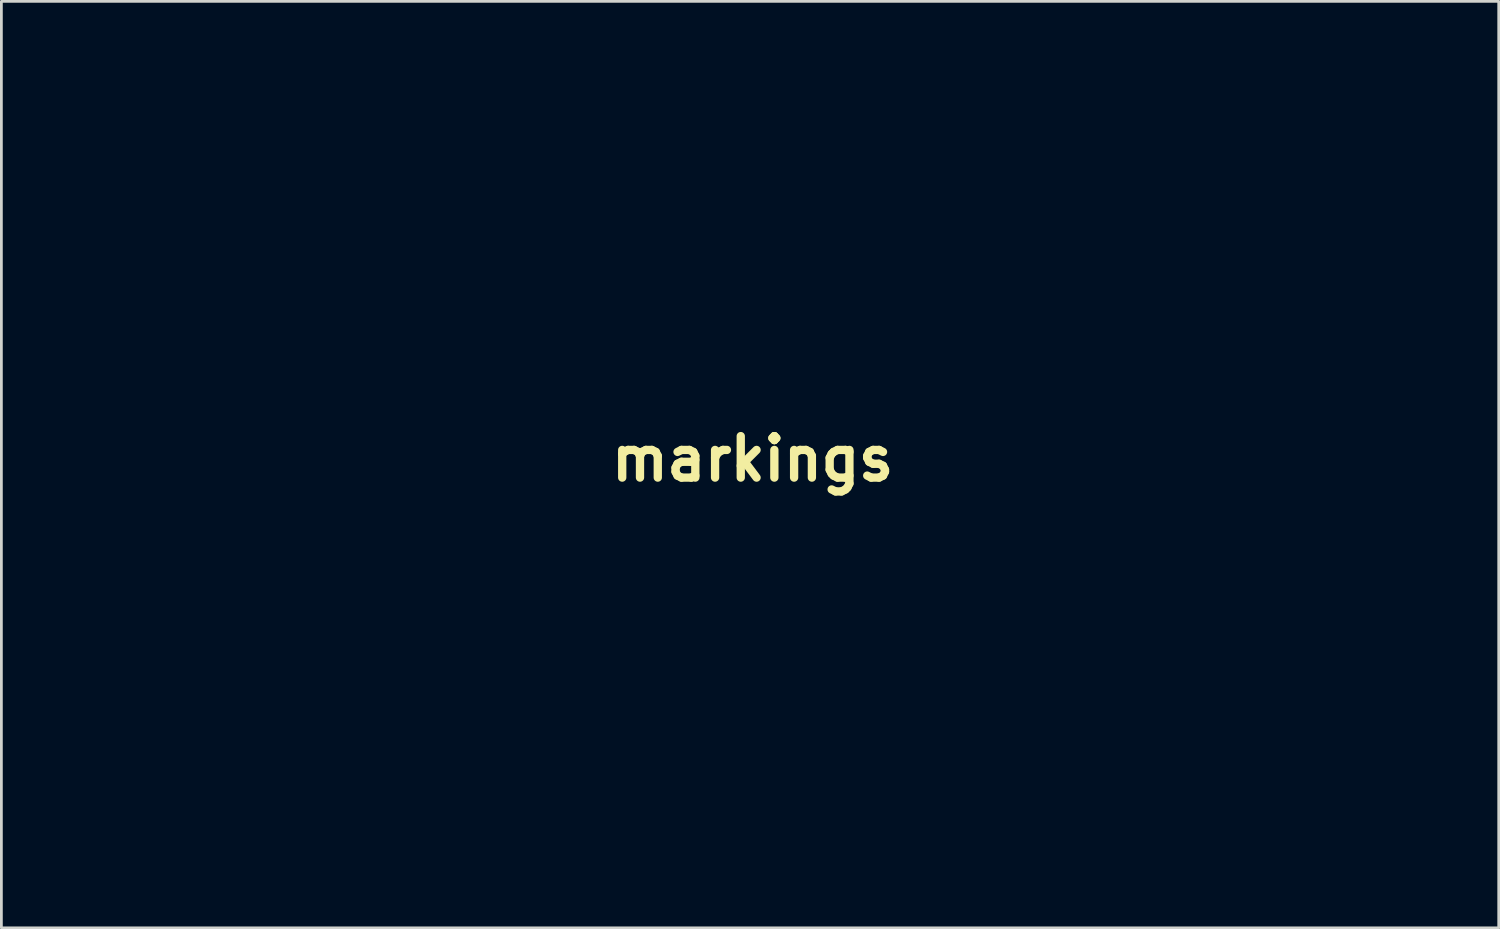
<source format=kicad_pcb>
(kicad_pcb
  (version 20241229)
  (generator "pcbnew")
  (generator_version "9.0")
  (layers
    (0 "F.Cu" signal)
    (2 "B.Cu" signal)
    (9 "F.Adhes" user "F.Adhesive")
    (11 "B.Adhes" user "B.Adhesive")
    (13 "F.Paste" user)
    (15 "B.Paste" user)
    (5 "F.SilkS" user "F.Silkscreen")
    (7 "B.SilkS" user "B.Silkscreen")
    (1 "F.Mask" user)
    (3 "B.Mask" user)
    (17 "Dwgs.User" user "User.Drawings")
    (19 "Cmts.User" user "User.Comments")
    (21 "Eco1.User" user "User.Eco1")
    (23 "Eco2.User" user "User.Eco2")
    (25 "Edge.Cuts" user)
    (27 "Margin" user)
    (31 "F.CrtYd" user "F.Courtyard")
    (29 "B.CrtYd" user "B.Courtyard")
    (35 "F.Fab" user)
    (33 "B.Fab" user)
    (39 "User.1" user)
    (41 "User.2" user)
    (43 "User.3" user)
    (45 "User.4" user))
  (footprint "markings"
    (layer "F.Cu")
    (at 24.159 13.538)
    (property "Reference" "markings" (at 0 0 0) (layer "F.SilkS") (effects (font (size 1.5 1.5) (thickness 0.3))))
    (attr board_only exclude_from_pos_files exclude_from_bom)
    (fp_poly (pts (xy -8.142 -2.701) (xy -8.142 -1.726) (xy -8.404 -1.726) (xy -8.667 -1.726) (xy -8.667 -2.701) (xy -8.667 -3.677) (xy -8.404 -3.677) (xy -8.142 -3.677)) (stroke (width 0) (type solid)) (fill yes) (layer "F.Mask"))
    (fp_poly (pts (xy 4.427 -2.701) (xy 4.427 -1.726) (xy 4.183 -1.726) (xy 3.939 -1.726) (xy 3.939 -2.701) (xy 3.939 -3.677) (xy 4.183 -3.677) (xy 4.427 -3.677)) (stroke (width 0) (type solid)) (fill yes) (layer "F.Mask"))
    (fp_poly (pts (xy 12.32 8.797) (xy 12.405 8.86) (xy 12.452 8.966) (xy 12.456 9.012) (xy 12.424 9.118) (xy 12.341 9.189) (xy 12.233 9.209) (xy 12.194 9.201) (xy 12.1 9.138) (xy 12.052 9.039) (xy 12.056 8.929) (xy 12.112 8.841) (xy 12.216 8.788)) (stroke (width 0) (type solid)) (fill yes) (layer "F.Mask"))
    (fp_poly (pts (xy 15.519 12.786) (xy 15.527 12.791) (xy 15.61 12.871) (xy 15.629 12.978) (xy 15.591 13.077) (xy 15.504 13.153) (xy 15.397 13.17) (xy 15.295 13.129) (xy 15.251 13.08) (xy 15.216 12.972) (xy 15.24 12.873) (xy 15.308 12.798) (xy 15.406 12.764)) (stroke (width 0) (type solid)) (fill yes) (layer "F.Mask"))
    (fp_poly (pts (xy 16.724 9.216) (xy 16.796 9.291) (xy 16.818 9.405) (xy 16.788 9.512) (xy 16.712 9.58) (xy 16.614 9.602) (xy 16.514 9.573) (xy 16.446 9.507) (xy 16.404 9.429) (xy 16.409 9.365) (xy 16.436 9.31) (xy 16.522 9.223) (xy 16.606 9.199)) (stroke (width 0) (type solid)) (fill yes) (layer "F.Mask"))
    (fp_poly (pts (xy 16.724 10.004) (xy 16.796 10.079) (xy 16.818 10.193) (xy 16.788 10.3) (xy 16.712 10.368) (xy 16.614 10.39) (xy 16.514 10.361) (xy 16.446 10.294) (xy 16.404 10.217) (xy 16.409 10.153) (xy 16.436 10.098) (xy 16.522 10.011) (xy 16.606 9.987)) (stroke (width 0) (type solid)) (fill yes) (layer "F.Mask"))
    (fp_poly (pts (xy 18.711 3.659) (xy 18.787 3.733) (xy 18.806 3.835) (xy 18.76 3.948) (xy 18.753 3.958) (xy 18.659 4.037) (xy 18.56 4.04) (xy 18.461 3.97) (xy 18.405 3.892) (xy 18.385 3.829) (xy 18.42 3.727) (xy 18.504 3.653) (xy 18.588 3.63)) (stroke (width 0) (type solid)) (fill yes) (layer "F.Mask"))
    (fp_poly (pts (xy 19.102 3.26) (xy 19.18 3.341) (xy 19.209 3.439) (xy 19.178 3.539) (xy 19.098 3.607) (xy 18.996 3.634) (xy 18.894 3.609) (xy 18.856 3.58) (xy 18.802 3.483) (xy 18.807 3.377) (xy 18.86 3.285) (xy 18.953 3.232) (xy 19 3.227)) (stroke (width 0) (type solid)) (fill yes) (layer "F.Mask"))
    (fp_poly (pts (xy 19.481 3.647) (xy 19.523 3.68) (xy 19.605 3.776) (xy 19.612 3.877) (xy 19.547 3.977) (xy 19.44 4.043) (xy 19.331 4.037) (xy 19.277 4.005) (xy 19.2 3.908) (xy 19.196 3.8) (xy 19.262 3.696) (xy 19.343 3.625) (xy 19.406 3.609)) (stroke (width 0) (type solid)) (fill yes) (layer "F.Mask"))
    (fp_poly (pts (xy 20.261 6.027) (xy 20.349 6.086) (xy 20.395 6.174) (xy 20.391 6.28) (xy 20.334 6.36) (xy 20.245 6.407) (xy 20.144 6.412) (xy 20.051 6.367) (xy 20.016 6.327) (xy 19.978 6.231) (xy 19.995 6.14) (xy 20.061 6.052) (xy 20.158 6.015)) (stroke (width 0) (type solid)) (fill yes) (layer "F.Mask"))
    (fp_poly (pts (xy 21.852 8.005) (xy 21.939 8.064) (xy 21.983 8.165) (xy 21.986 8.198) (xy 21.953 8.309) (xy 21.867 8.384) (xy 21.779 8.404) (xy 21.684 8.38) (xy 21.632 8.345) (xy 21.58 8.246) (xy 21.588 8.134) (xy 21.642 8.054) (xy 21.746 7.999)) (stroke (width 0) (type solid)) (fill yes) (layer "F.Mask"))
    (fp_poly (pts (xy 23.52 6.47) (xy 23.56 6.583) (xy 23.562 6.623) (xy 23.533 6.74) (xy 23.46 6.811) (xy 23.361 6.826) (xy 23.254 6.78) (xy 23.224 6.753) (xy 23.158 6.65) (xy 23.164 6.55) (xy 23.215 6.483) (xy 23.333 6.415) (xy 23.44 6.412)) (stroke (width 0) (type solid)) (fill yes) (layer "F.Mask"))
    (fp_poly (pts (xy 23.831 6.018) (xy 23.912 6.072) (xy 23.969 6.176) (xy 23.964 6.275) (xy 23.911 6.356) (xy 23.823 6.405) (xy 23.712 6.408) (xy 23.627 6.375) (xy 23.576 6.307) (xy 23.564 6.207) (xy 23.589 6.106) (xy 23.621 6.062) (xy 23.72 6.009)) (stroke (width 0) (type solid)) (fill yes) (layer "F.Mask"))
    (fp_poly (pts (xy 11.495 6.422) (xy 11.592 6.467) (xy 11.656 6.542) (xy 11.668 6.598) (xy 11.639 6.71) (xy 11.566 6.787) (xy 11.469 6.821) (xy 11.369 6.8) (xy 11.318 6.76) (xy 11.267 6.663) (xy 11.26 6.552) (xy 11.298 6.464) (xy 11.301 6.461) (xy 11.389 6.417)) (stroke (width 0) (type solid)) (fill yes) (layer "F.Mask"))
    (fp_poly (pts (xy 11.557 8.812) (xy 11.627 8.894) (xy 11.659 8.999) (xy 11.655 9.054) (xy 11.597 9.148) (xy 11.499 9.196) (xy 11.386 9.188) (xy 11.364 9.179) (xy 11.287 9.106) (xy 11.262 9.008) (xy 11.283 8.906) (xy 11.345 8.823) (xy 11.441 8.781) (xy 11.467 8.779)) (stroke (width 0) (type solid)) (fill yes) (layer "F.Mask"))
    (fp_poly (pts (xy 11.923 10.405) (xy 12.018 10.472) (xy 12.03 10.489) (xy 12.069 10.559) (xy 12.065 10.613) (xy 12.017 10.686) (xy 11.919 10.776) (xy 11.815 10.794) (xy 11.714 10.739) (xy 11.708 10.733) (xy 11.641 10.628) (xy 11.646 10.526) (xy 11.699 10.455) (xy 11.809 10.398)) (stroke (width 0) (type solid)) (fill yes) (layer "F.Mask"))
    (fp_poly (pts (xy 11.961 6.041) (xy 12.032 6.112) (xy 12.061 6.21) (xy 12.03 6.318) (xy 12.025 6.327) (xy 11.939 6.398) (xy 11.829 6.414) (xy 11.722 6.372) (xy 11.688 6.342) (xy 11.643 6.243) (xy 11.658 6.137) (xy 11.727 6.051) (xy 11.747 6.038) (xy 11.861 6.011)) (stroke (width 0) (type solid)) (fill yes) (layer "F.Mask"))
    (fp_poly (pts (xy 11.962 9.22) (xy 12.025 9.282) (xy 12.065 9.361) (xy 12.057 9.434) (xy 12.037 9.481) (xy 11.96 9.571) (xy 11.858 9.604) (xy 11.753 9.578) (xy 11.682 9.509) (xy 11.64 9.43) (xy 11.644 9.367) (xy 11.672 9.31) (xy 11.754 9.224) (xy 11.858 9.194)) (stroke (width 0) (type solid)) (fill yes) (layer "F.Mask"))
    (fp_poly (pts (xy 12.696 7.213) (xy 12.792 7.258) (xy 12.807 7.272) (xy 12.863 7.374) (xy 12.845 7.475) (xy 12.794 7.541) (xy 12.687 7.607) (xy 12.57 7.599) (xy 12.522 7.576) (xy 12.475 7.511) (xy 12.456 7.411) (xy 12.468 7.308) (xy 12.501 7.249) (xy 12.587 7.209)) (stroke (width 0) (type solid)) (fill yes) (layer "F.Mask"))
    (fp_poly (pts (xy 15.146 4.449) (xy 15.215 4.518) (xy 15.232 4.616) (xy 15.202 4.727) (xy 15.124 4.805) (xy 15.021 4.839) (xy 14.915 4.815) (xy 14.907 4.811) (xy 14.857 4.741) (xy 14.834 4.636) (xy 14.844 4.532) (xy 14.855 4.506) (xy 14.922 4.443) (xy 15.02 4.427)) (stroke (width 0) (type solid)) (fill yes) (layer "F.Mask"))
    (fp_poly (pts (xy 15.526 8.026) (xy 15.599 8.095) (xy 15.629 8.191) (xy 15.6 8.298) (xy 15.593 8.309) (xy 15.514 8.378) (xy 15.411 8.406) (xy 15.316 8.387) (xy 15.278 8.357) (xy 15.229 8.253) (xy 15.23 8.141) (xy 15.279 8.051) (xy 15.311 8.027) (xy 15.425 7.998)) (stroke (width 0) (type solid)) (fill yes) (layer "F.Mask"))
    (fp_poly (pts (xy 17.132 10.411) (xy 17.204 10.491) (xy 17.221 10.583) (xy 17.191 10.681) (xy 17.117 10.765) (xy 17.026 10.805) (xy 17.015 10.805) (xy 16.957 10.785) (xy 16.892 10.747) (xy 16.824 10.662) (xy 16.812 10.56) (xy 16.85 10.465) (xy 16.929 10.4) (xy 17.008 10.383)) (stroke (width 0) (type solid)) (fill yes) (layer "F.Mask"))
    (fp_poly (pts (xy 19.056 4.028) (xy 19.147 4.083) (xy 19.202 4.177) (xy 19.209 4.23) (xy 19.177 4.328) (xy 19.096 4.398) (xy 18.992 4.43) (xy 18.889 4.415) (xy 18.842 4.382) (xy 18.803 4.298) (xy 18.803 4.189) (xy 18.84 4.092) (xy 18.856 4.073) (xy 18.952 4.022)) (stroke (width 0) (type solid)) (fill yes) (layer "F.Mask"))
    (fp_poly (pts (xy 20.692 2.452) (xy 20.74 2.484) (xy 20.78 2.565) (xy 20.784 2.671) (xy 20.756 2.766) (xy 20.713 2.813) (xy 20.595 2.849) (xy 20.494 2.816) (xy 20.448 2.776) (xy 20.392 2.697) (xy 20.373 2.632) (xy 20.405 2.541) (xy 20.486 2.474) (xy 20.59 2.441)) (stroke (width 0) (type solid)) (fill yes) (layer "F.Mask"))
    (fp_poly (pts (xy 21.086 9.22) (xy 21.164 9.282) (xy 21.198 9.369) (xy 21.198 9.374) (xy 21.168 9.485) (xy 21.093 9.563) (xy 20.995 9.599) (xy 20.893 9.581) (xy 20.844 9.546) (xy 20.791 9.443) (xy 20.801 9.318) (xy 20.824 9.265) (xy 20.892 9.205) (xy 20.987 9.192)) (stroke (width 0) (type solid)) (fill yes) (layer "F.Mask"))
    (fp_poly (pts (xy 21.482 11.2) (xy 21.521 11.237) (xy 21.587 11.326) (xy 21.592 11.409) (xy 21.59 11.416) (xy 21.527 11.529) (xy 21.432 11.584) (xy 21.323 11.576) (xy 21.235 11.518) (xy 21.17 11.415) (xy 21.179 11.315) (xy 21.259 11.221) (xy 21.348 11.16) (xy 21.412 11.152)) (stroke (width 0) (type solid)) (fill yes) (layer "F.Mask"))
    (fp_poly (pts (xy 23.014 7.213) (xy 23.11 7.258) (xy 23.124 7.272) (xy 23.18 7.378) (xy 23.168 7.482) (xy 23.103 7.558) (xy 22.986 7.611) (xy 22.874 7.594) (xy 22.839 7.576) (xy 22.792 7.511) (xy 22.774 7.411) (xy 22.786 7.308) (xy 22.819 7.249) (xy 22.905 7.209)) (stroke (width 0) (type solid)) (fill yes) (layer "F.Mask"))
    (fp_poly (pts (xy 5.058 -2.141) (xy 5.15 -2.085) (xy 5.193 -2.012) (xy 5.212 -1.91) (xy 5.194 -1.84) (xy 5.139 -1.77) (xy 5.035 -1.705) (xy 4.916 -1.693) (xy 4.81 -1.737) (xy 4.789 -1.757) (xy 4.734 -1.869) (xy 4.74 -2.001) (xy 4.764 -2.062) (xy 4.839 -2.132) (xy 4.945 -2.157)) (stroke (width 0) (type solid)) (fill yes) (layer "F.Mask"))
    (fp_poly (pts (xy 11.14 6.824) (xy 11.22 6.905) (xy 11.255 7.009) (xy 11.256 7.016) (xy 11.222 7.131) (xy 11.172 7.183) (xy 11.072 7.234) (xy 10.989 7.223) (xy 10.918 7.166) (xy 10.862 7.084) (xy 10.843 7.016) (xy 10.87 6.934) (xy 10.934 6.851) (xy 11.009 6.798) (xy 11.041 6.791)) (stroke (width 0) (type solid)) (fill yes) (layer "F.Mask"))
    (fp_poly (pts (xy 11.174 8.434) (xy 11.235 8.529) (xy 11.248 8.595) (xy 11.246 8.691) (xy 11.21 8.745) (xy 11.162 8.772) (xy 11.063 8.81) (xy 10.996 8.805) (xy 10.929 8.753) (xy 10.918 8.742) (xy 10.85 8.635) (xy 10.855 8.531) (xy 10.931 8.44) (xy 10.977 8.412) (xy 11.083 8.391)) (stroke (width 0) (type solid)) (fill yes) (layer "F.Mask"))
    (fp_poly (pts (xy 13.494 4.024) (xy 13.578 4.074) (xy 13.634 4.156) (xy 13.648 4.256) (xy 13.606 4.359) (xy 13.604 4.362) (xy 13.527 4.411) (xy 13.42 4.426) (xy 13.32 4.404) (xy 13.289 4.382) (xy 13.25 4.298) (xy 13.25 4.189) (xy 13.288 4.092) (xy 13.303 4.073) (xy 13.398 4.019)) (stroke (width 0) (type solid)) (fill yes) (layer "F.Mask"))
    (fp_poly (pts (xy 15.161 11.624) (xy 15.215 11.71) (xy 15.229 11.811) (xy 15.193 11.905) (xy 15.149 11.948) (xy 15.082 11.991) (xy 15.031 11.998) (xy 14.958 11.974) (xy 14.943 11.968) (xy 14.863 11.902) (xy 14.832 11.804) (xy 14.846 11.699) (xy 14.905 11.612) (xy 14.972 11.574) (xy 15.077 11.572)) (stroke (width 0) (type solid)) (fill yes) (layer "F.Mask"))
    (fp_poly (pts (xy 16.754 11.62) (xy 16.802 11.688) (xy 16.822 11.808) (xy 16.771 11.912) (xy 16.697 11.968) (xy 16.634 11.998) (xy 16.588 11.996) (xy 16.53 11.956) (xy 16.486 11.919) (xy 16.417 11.843) (xy 16.402 11.769) (xy 16.409 11.732) (xy 16.466 11.628) (xy 16.557 11.574) (xy 16.661 11.57)) (stroke (width 0) (type solid)) (fill yes) (layer "F.Mask"))
    (fp_poly (pts (xy 21.833 4.82) (xy 21.888 4.852) (xy 21.968 4.938) (xy 21.989 5.036) (xy 21.961 5.128) (xy 21.894 5.198) (xy 21.798 5.228) (xy 21.683 5.202) (xy 21.682 5.201) (xy 21.608 5.129) (xy 21.586 5.028) (xy 21.612 4.925) (xy 21.688 4.845) (xy 21.691 4.844) (xy 21.769 4.809)) (stroke (width 0) (type solid)) (fill yes) (layer "F.Mask"))
    (fp_poly (pts (xy 21.9 5.647) (xy 21.97 5.729) (xy 21.986 5.814) (xy 21.958 5.918) (xy 21.889 6.002) (xy 21.802 6.04) (xy 21.794 6.04) (xy 21.724 6.02) (xy 21.657 5.982) (xy 21.593 5.9) (xy 21.574 5.794) (xy 21.602 5.696) (xy 21.63 5.665) (xy 21.711 5.628) (xy 21.779 5.618)) (stroke (width 0) (type solid)) (fill yes) (layer "F.Mask"))
    (fp_poly (pts (xy 15.537 6.047) (xy 15.608 6.118) (xy 15.637 6.211) (xy 15.612 6.309) (xy 15.588 6.342) (xy 15.497 6.399) (xy 15.387 6.414) (xy 15.293 6.383) (xy 15.278 6.371) (xy 15.246 6.304) (xy 15.233 6.205) (xy 15.232 6.201) (xy 15.248 6.102) (xy 15.305 6.044) (xy 15.326 6.034) (xy 15.439 6.013)) (stroke (width 0) (type solid)) (fill yes) (layer "F.Mask"))
    (fp_poly (pts (xy 21.471 6.031) (xy 21.554 6.099) (xy 21.605 6.18) (xy 21.611 6.209) (xy 21.579 6.29) (xy 21.502 6.366) (xy 21.408 6.411) (xy 21.373 6.416) (xy 21.278 6.389) (xy 21.223 6.347) (xy 21.174 6.269) (xy 21.16 6.216) (xy 21.192 6.132) (xy 21.266 6.053) (xy 21.356 6.007) (xy 21.386 6.003)) (stroke (width 0) (type solid)) (fill yes) (layer "F.Mask"))
    (fp_poly (pts (xy 21.49 5.25) (xy 21.556 5.31) (xy 21.569 5.333) (xy 21.604 5.411) (xy 21.593 5.475) (xy 21.561 5.53) (xy 21.476 5.61) (xy 21.386 5.628) (xy 21.277 5.599) (xy 21.21 5.53) (xy 21.169 5.452) (xy 21.174 5.388) (xy 21.202 5.333) (xy 21.264 5.26) (xy 21.356 5.235) (xy 21.386 5.234)) (stroke (width 0) (type solid)) (fill yes) (layer "F.Mask"))
    (fp_poly (pts (xy 13.446 6.404) (xy 13.567 6.45) (xy 13.627 6.502) (xy 13.656 6.609) (xy 13.624 6.716) (xy 13.573 6.77) (xy 13.478 6.808) (xy 13.342 6.828) (xy 13.19 6.831) (xy 13.046 6.818) (xy 12.936 6.788) (xy 12.893 6.76) (xy 12.833 6.65) (xy 12.843 6.545) (xy 12.92 6.456) (xy 12.994 6.418) (xy 13.136 6.386) (xy 13.294 6.382)) (stroke (width 0) (type solid)) (fill yes) (layer "F.Mask"))
    (fp_poly (pts (xy 17.791 11.569) (xy 17.92 11.612) (xy 17.99 11.687) (xy 18.009 11.781) (xy 17.982 11.89) (xy 17.897 11.961) (xy 17.752 11.998) (xy 17.616 12.005) (xy 17.482 11.998) (xy 17.372 11.981) (xy 17.322 11.964) (xy 17.242 11.88) (xy 17.215 11.769) (xy 17.243 11.659) (xy 17.311 11.584) (xy 17.368 11.57) (xy 17.475 11.56) (xy 17.597 11.556)) (stroke (width 0) (type solid)) (fill yes) (layer "F.Mask"))
    (fp_poly (pts (xy 19.287 0.826) (xy 19.43 0.85) (xy 19.531 0.894) (xy 19.54 0.902) (xy 19.611 1.005) (xy 19.608 1.113) (xy 19.57 1.183) (xy 19.499 1.228) (xy 19.378 1.259) (xy 19.231 1.274) (xy 19.081 1.271) (xy 18.953 1.251) (xy 18.881 1.22) (xy 18.812 1.13) (xy 18.798 1.02) (xy 18.842 0.919) (xy 18.88 0.884) (xy 18.985 0.842) (xy 19.13 0.823)) (stroke (width 0) (type solid)) (fill yes) (layer "F.Mask"))
    (fp_poly (pts (xy 19.77 5.606) (xy 19.902 5.651) (xy 19.974 5.73) (xy 19.991 5.791) (xy 19.984 5.904) (xy 19.928 5.98) (xy 19.816 6.024) (xy 19.641 6.04) (xy 19.605 6.04) (xy 19.449 6.034) (xy 19.332 6.015) (xy 19.277 5.994) (xy 19.2 5.896) (xy 19.196 5.789) (xy 19.262 5.685) (xy 19.331 5.629) (xy 19.411 5.6) (xy 19.531 5.591) (xy 19.574 5.591)) (stroke (width 0) (type solid)) (fill yes) (layer "F.Mask"))
    (fp_poly (pts (xy 15.526 3.644) (xy 15.598 3.707) (xy 15.624 3.778) (xy 15.64 3.903) (xy 15.645 4.035) (xy 15.641 4.188) (xy 15.625 4.286) (xy 15.594 4.347) (xy 15.577 4.365) (xy 15.476 4.417) (xy 15.364 4.42) (xy 15.273 4.373) (xy 15.265 4.365) (xy 15.233 4.282) (xy 15.216 4.131) (xy 15.214 4.024) (xy 15.216 3.877) (xy 15.228 3.783) (xy 15.253 3.724) (xy 15.297 3.678) (xy 15.303 3.673) (xy 15.415 3.622)) (stroke (width 0) (type solid)) (fill yes) (layer "F.Mask"))
    (fp_poly (pts (xy 23.822 6.809) (xy 23.891 6.849) (xy 23.934 6.887) (xy 23.959 6.94) (xy 23.971 7.026) (xy 23.974 7.165) (xy 23.974 7.2) (xy 23.971 7.359) (xy 23.958 7.461) (xy 23.932 7.525) (xy 23.906 7.554) (xy 23.795 7.61) (xy 23.677 7.594) (xy 23.627 7.564) (xy 23.588 7.495) (xy 23.564 7.377) (xy 23.555 7.231) (xy 23.562 7.081) (xy 23.583 6.951) (xy 23.62 6.864) (xy 23.63 6.853) (xy 23.724 6.797)) (stroke (width 0) (type solid)) (fill yes) (layer "F.Mask"))
    (fp_poly (pts (xy -0.322 -11.375) (xy -0.214 -11.372) (xy -0.053 -11.37) (xy 0.148 -11.369) (xy 0.379 -11.368) (xy 0.469 -11.368) (xy 1.276 -11.368) (xy 1.276 -11.162) (xy 1.276 -10.955) (xy 0.975 -10.955) (xy 0.675 -10.955) (xy 0.675 -10.186) (xy 0.675 -9.417) (xy 0.413 -9.417) (xy 0.15 -9.417) (xy 0.15 -10.186) (xy 0.15 -10.955) (xy -0.133 -10.955) (xy -0.416 -10.955) (xy -0.405 -11.171) (xy -0.395 -11.285) (xy -0.379 -11.36) (xy -0.366 -11.377)) (stroke (width 0) (type solid)) (fill yes) (layer "F.Mask"))
    (fp_poly (pts (xy 19.831 2.826) (xy 19.914 2.872) (xy 19.957 2.911) (xy 19.982 2.965) (xy 19.994 3.054) (xy 19.997 3.197) (xy 19.997 3.212) (xy 19.992 3.36) (xy 19.979 3.485) (xy 19.96 3.563) (xy 19.959 3.567) (xy 19.891 3.624) (xy 19.791 3.641) (xy 19.692 3.618) (xy 19.631 3.565) (xy 19.608 3.49) (xy 19.591 3.368) (xy 19.585 3.227) (xy 19.589 3.076) (xy 19.605 2.979) (xy 19.638 2.914) (xy 19.66 2.889) (xy 19.747 2.825)) (stroke (width 0) (type solid)) (fill yes) (layer "F.Mask"))
    (fp_poly (pts (xy 19.831 12.356) (xy 19.914 12.402) (xy 19.957 12.441) (xy 19.982 12.495) (xy 19.994 12.584) (xy 19.997 12.727) (xy 19.997 12.742) (xy 19.992 12.89) (xy 19.979 13.015) (xy 19.96 13.093) (xy 19.959 13.096) (xy 19.891 13.154) (xy 19.791 13.171) (xy 19.692 13.147) (xy 19.631 13.094) (xy 19.608 13.02) (xy 19.591 12.898) (xy 19.585 12.757) (xy 19.589 12.606) (xy 19.605 12.508) (xy 19.638 12.443) (xy 19.66 12.419) (xy 19.747 12.355)) (stroke (width 0) (type solid)) (fill yes) (layer "F.Mask"))
    (fp_poly (pts (xy -4.24 -3.47) (xy -4.24 -3.264) (xy -4.746 -3.264) (xy -5.253 -3.264) (xy -5.253 -3.077) (xy -5.253 -2.889) (xy -4.802 -2.889) (xy -4.352 -2.889) (xy -4.352 -2.683) (xy -4.352 -2.476) (xy -4.802 -2.476) (xy -5.253 -2.476) (xy -5.253 -2.289) (xy -5.253 -2.101) (xy -4.727 -2.101) (xy -4.202 -2.101) (xy -4.202 -1.913) (xy -4.202 -1.726) (xy -4.99 -1.726) (xy -5.778 -1.726) (xy -5.778 -2.701) (xy -5.778 -3.677) (xy -5.009 -3.677) (xy -4.24 -3.677)) (stroke (width 0) (type solid)) (fill yes) (layer "F.Mask"))
    (fp_poly (pts (xy 3.001 -11.162) (xy 3.001 -10.955) (xy 2.493 -10.955) (xy 1.984 -10.955) (xy 1.996 -10.777) (xy 2.007 -10.599) (xy 2.448 -10.599) (xy 2.889 -10.599) (xy 2.889 -10.402) (xy 2.889 -10.205) (xy 2.439 -10.205) (xy 1.988 -10.205) (xy 1.988 -10.017) (xy 1.988 -9.83) (xy 2.514 -9.83) (xy 3.039 -9.83) (xy 3.039 -9.623) (xy 3.039 -9.417) (xy 2.251 -9.417) (xy 1.463 -9.417) (xy 1.463 -10.393) (xy 1.463 -11.368) (xy 2.232 -11.368) (xy 3.001 -11.368)) (stroke (width 0) (type solid)) (fill yes) (layer "F.Mask"))
    (fp_poly (pts (xy 5.478 -7.11) (xy 5.478 -6.716) (xy 5.872 -6.716) (xy 6.266 -6.716) (xy 6.266 -7.11) (xy 6.266 -7.504) (xy 6.509 -7.504) (xy 6.753 -7.504) (xy 6.753 -6.528) (xy 6.753 -5.553) (xy 6.509 -5.553) (xy 6.266 -5.553) (xy 6.266 -5.928) (xy 6.266 -6.303) (xy 5.872 -6.303) (xy 5.478 -6.303) (xy 5.478 -5.928) (xy 5.478 -5.553) (xy 5.215 -5.553) (xy 4.952 -5.553) (xy 4.952 -6.528) (xy 4.952 -7.504) (xy 5.215 -7.504) (xy 5.478 -7.504)) (stroke (width 0) (type solid)) (fill yes) (layer "F.Mask"))
    (fp_poly (pts (xy 15.006 13.175) (xy 15.129 13.191) (xy 15.187 13.214) (xy 15.212 13.277) (xy 15.227 13.402) (xy 15.232 13.563) (xy 15.227 13.733) (xy 15.211 13.854) (xy 15.187 13.912) (xy 15.124 13.936) (xy 14.998 13.952) (xy 14.833 13.957) (xy 14.677 13.955) (xy 14.579 13.946) (xy 14.518 13.926) (xy 14.479 13.891) (xy 14.465 13.873) (xy 14.425 13.768) (xy 14.408 13.604) (xy 14.407 13.563) (xy 14.414 13.392) (xy 14.445 13.279) (xy 14.51 13.212) (xy 14.623 13.179) (xy 14.796 13.169) (xy 14.833 13.169)) (stroke (width 0) (type solid)) (fill yes) (layer "F.Mask"))
    (fp_poly (pts (xy -3.452 -7.297) (xy -3.452 -7.091) (xy -3.979 -7.091) (xy -4.506 -7.091) (xy -4.495 -6.913) (xy -4.483 -6.735) (xy -4.024 -6.724) (xy -3.564 -6.713) (xy -3.564 -6.508) (xy -3.564 -6.303) (xy -4.033 -6.303) (xy -4.502 -6.303) (xy -4.502 -6.134) (xy -4.502 -5.965) (xy -3.981 -5.965) (xy -3.764 -5.965) (xy -3.611 -5.96) (xy -3.511 -5.945) (xy -3.452 -5.916) (xy -3.424 -5.866) (xy -3.415 -5.791) (xy -3.414 -5.7) (xy -3.414 -5.553) (xy -4.202 -5.553) (xy -4.99 -5.553) (xy -4.99 -6.528) (xy -4.99 -7.504) (xy -4.221 -7.504) (xy -3.452 -7.504)) (stroke (width 0) (type solid)) (fill yes) (layer "F.Mask"))
    (fp_poly (pts (xy 3.638 -2.589) (xy 3.72 -2.575) (xy 3.752 -2.542) (xy 3.739 -2.492) (xy 3.702 -2.386) (xy 3.649 -2.241) (xy 3.583 -2.071) (xy 3.576 -2.055) (xy 3.401 -1.613) (xy 3.267 -1.613) (xy 3.132 -1.613) (xy 2.954 -2.073) (xy 2.888 -2.246) (xy 2.833 -2.395) (xy 2.794 -2.504) (xy 2.777 -2.56) (xy 2.776 -2.563) (xy 2.809 -2.58) (xy 2.891 -2.583) (xy 2.914 -2.582) (xy 3.052 -2.57) (xy 3.163 -2.235) (xy 3.275 -1.9) (xy 3.366 -2.16) (xy 3.43 -2.34) (xy 3.476 -2.461) (xy 3.511 -2.534) (xy 3.543 -2.572) (xy 3.58 -2.587) (xy 3.628 -2.589)) (stroke (width 0) (type solid)) (fill yes) (layer "F.Mask"))
    (fp_poly (pts (xy 11.13 4.816) (xy 11.197 4.861) (xy 11.219 4.897) (xy 11.236 4.957) (xy 11.247 5.054) (xy 11.255 5.198) (xy 11.259 5.401) (xy 11.26 5.527) (xy 11.261 5.74) (xy 11.261 5.933) (xy 11.26 6.089) (xy 11.258 6.195) (xy 11.257 6.228) (xy 11.218 6.333) (xy 11.134 6.398) (xy 11.028 6.416) (xy 10.925 6.377) (xy 10.902 6.357) (xy 10.88 6.324) (xy 10.864 6.268) (xy 10.854 6.18) (xy 10.847 6.047) (xy 10.844 5.859) (xy 10.843 5.625) (xy 10.843 5.383) (xy 10.846 5.205) (xy 10.851 5.079) (xy 10.861 4.994) (xy 10.876 4.938) (xy 10.897 4.9) (xy 10.918 4.877) (xy 11.023 4.812)) (stroke (width 0) (type solid)) (fill yes) (layer "F.Mask"))
    (fp_poly (pts (xy 15.118 8.403) (xy 15.197 8.47) (xy 15.23 8.579) (xy 15.232 8.63) (xy 15.237 8.726) (xy 15.261 8.768) (xy 15.326 8.779) (xy 15.364 8.779) (xy 15.469 8.8) (xy 15.566 8.851) (xy 15.632 8.916) (xy 15.645 8.958) (xy 15.617 9.083) (xy 15.534 9.163) (xy 15.452 9.194) (xy 15.34 9.212) (xy 15.184 9.222) (xy 15.006 9.226) (xy 14.83 9.222) (xy 14.679 9.21) (xy 14.577 9.192) (xy 14.569 9.189) (xy 14.485 9.134) (xy 14.433 9.036) (xy 14.41 8.883) (xy 14.407 8.786) (xy 14.418 8.612) (xy 14.459 8.497) (xy 14.543 8.427) (xy 14.681 8.389) (xy 14.792 8.377) (xy 14.986 8.373)) (stroke (width 0) (type solid)) (fill yes) (layer "F.Mask"))
    (fp_poly (pts (xy 22.835 1.657) (xy 22.945 1.662) (xy 22.985 1.668) (xy 23.076 1.728) (xy 23.14 1.858) (xy 23.177 2.054) (xy 23.186 2.266) (xy 23.185 2.425) (xy 23.176 2.53) (xy 23.155 2.603) (xy 23.117 2.663) (xy 23.077 2.71) (xy 23.024 2.766) (xy 22.975 2.802) (xy 22.911 2.823) (xy 22.815 2.834) (xy 22.668 2.84) (xy 22.599 2.841) (xy 22.418 2.841) (xy 22.269 2.832) (xy 22.169 2.816) (xy 22.147 2.808) (xy 22.049 2.721) (xy 21.985 2.573) (xy 21.953 2.361) (xy 21.948 2.223) (xy 21.952 2.059) (xy 21.967 1.946) (xy 21.997 1.86) (xy 22.034 1.797) (xy 22.12 1.67) (xy 22.512 1.659) (xy 22.685 1.656)) (stroke (width 0) (type solid)) (fill yes) (layer "F.Mask"))
    (fp_poly (pts (xy -13.362 -11.364) (xy -13.281 -11.349) (xy -13.233 -11.316) (xy -13.211 -11.286) (xy -13.171 -11.228) (xy -13.095 -11.123) (xy -12.993 -10.982) (xy -12.872 -10.819) (xy -12.798 -10.721) (xy -12.437 -10.238) (xy -12.427 -10.803) (xy -12.417 -11.368) (xy -12.174 -11.368) (xy -11.931 -11.368) (xy -11.931 -10.393) (xy -11.931 -9.417) (xy -12.169 -9.417) (xy -12.306 -9.421) (xy -12.388 -9.437) (xy -12.431 -9.469) (xy -12.441 -9.486) (xy -12.474 -9.538) (xy -12.545 -9.638) (xy -12.643 -9.774) (xy -12.762 -9.936) (xy -12.85 -10.053) (xy -13.225 -10.552) (xy -13.236 -9.984) (xy -13.246 -9.417) (xy -13.489 -9.417) (xy -13.732 -9.417) (xy -13.732 -10.393) (xy -13.732 -11.368) (xy -13.497 -11.368)) (stroke (width 0) (type solid)) (fill yes) (layer "F.Mask"))
    (fp_poly (pts (xy 11.132 9.196) (xy 11.178 9.214) (xy 11.211 9.254) (xy 11.233 9.328) (xy 11.246 9.444) (xy 11.253 9.611) (xy 11.255 9.839) (xy 11.256 9.982) (xy 11.255 10.23) (xy 11.252 10.414) (xy 11.247 10.544) (xy 11.238 10.633) (xy 11.224 10.69) (xy 11.204 10.726) (xy 11.187 10.743) (xy 11.085 10.8) (xy 10.985 10.782) (xy 10.916 10.728) (xy 10.888 10.697) (xy 10.869 10.659) (xy 10.856 10.602) (xy 10.848 10.516) (xy 10.845 10.389) (xy 10.846 10.211) (xy 10.85 9.968) (xy 10.85 9.957) (xy 10.855 9.7) (xy 10.862 9.508) (xy 10.873 9.372) (xy 10.893 9.282) (xy 10.922 9.229) (xy 10.964 9.203) (xy 11.022 9.194) (xy 11.07 9.193)) (stroke (width 0) (type solid)) (fill yes) (layer "F.Mask"))
    (fp_poly (pts (xy 12.338 6.417) (xy 12.401 6.456) (xy 12.437 6.537) (xy 12.453 6.672) (xy 12.456 6.812) (xy 12.454 6.969) (xy 12.445 7.068) (xy 12.426 7.129) (xy 12.392 7.169) (xy 12.373 7.183) (xy 12.27 7.228) (xy 12.19 7.241) (xy 12.124 7.251) (xy 12.088 7.294) (xy 12.067 7.39) (xy 12.021 7.514) (xy 11.94 7.593) (xy 11.843 7.62) (xy 11.746 7.59) (xy 11.689 7.533) (xy 11.648 7.421) (xy 11.631 7.239) (xy 11.631 7.195) (xy 11.644 7.009) (xy 11.688 6.886) (xy 11.768 6.816) (xy 11.891 6.791) (xy 11.912 6.791) (xy 12 6.785) (xy 12.036 6.753) (xy 12.043 6.672) (xy 12.043 6.667) (xy 12.068 6.526) (xy 12.138 6.436) (xy 12.243 6.406)) (stroke (width 0) (type solid)) (fill yes) (layer "F.Mask"))
    (fp_poly (pts (xy 15.865 9.568) (xy 16.04 9.57) (xy 16.163 9.576) (xy 16.246 9.586) (xy 16.301 9.602) (xy 16.338 9.624) (xy 16.358 9.642) (xy 16.425 9.75) (xy 16.417 9.861) (xy 16.386 9.916) (xy 16.357 9.941) (xy 16.304 9.96) (xy 16.216 9.972) (xy 16.082 9.981) (xy 15.889 9.987) (xy 15.795 9.989) (xy 15.251 9.999) (xy 15.23 10.161) (xy 15.205 10.269) (xy 15.168 10.344) (xy 15.155 10.358) (xy 15.044 10.39) (xy 14.931 10.369) (xy 14.879 10.334) (xy 14.844 10.272) (xy 14.826 10.165) (xy 14.82 9.998) (xy 14.82 9.996) (xy 14.821 9.855) (xy 14.832 9.749) (xy 14.861 9.673) (xy 14.919 9.621) (xy 15.013 9.59) (xy 15.154 9.574) (xy 15.352 9.568) (xy 15.614 9.567) (xy 15.626 9.567)) (stroke (width 0) (type solid)) (fill yes) (layer "F.Mask"))
    (fp_poly (pts (xy 18.819 10.375) (xy 18.959 10.379) (xy 19.05 10.388) (xy 19.107 10.404) (xy 19.142 10.429) (xy 19.156 10.447) (xy 19.205 10.564) (xy 19.189 10.679) (xy 19.141 10.743) (xy 19.085 10.776) (xy 18.995 10.795) (xy 18.855 10.804) (xy 18.747 10.805) (xy 18.422 10.805) (xy 18.422 11.124) (xy 18.419 11.288) (xy 18.408 11.395) (xy 18.387 11.465) (xy 18.35 11.515) (xy 18.347 11.518) (xy 18.241 11.584) (xy 18.135 11.579) (xy 18.068 11.534) (xy 18.04 11.469) (xy 18.02 11.347) (xy 18.007 11.188) (xy 18.002 11.008) (xy 18.005 10.826) (xy 18.016 10.658) (xy 18.034 10.524) (xy 18.06 10.44) (xy 18.071 10.425) (xy 18.124 10.402) (xy 18.221 10.386) (xy 18.374 10.377) (xy 18.591 10.374) (xy 18.618 10.374)) (stroke (width 0) (type solid)) (fill yes) (layer "F.Mask"))
    (fp_poly (pts (xy 20.562 5.219) (xy 20.673 5.235) (xy 20.74 5.272) (xy 20.779 5.339) (xy 20.804 5.445) (xy 20.804 5.445) (xy 20.829 5.536) (xy 20.876 5.581) (xy 20.97 5.604) (xy 20.975 5.605) (xy 21.105 5.652) (xy 21.18 5.734) (xy 21.195 5.836) (xy 21.143 5.943) (xy 21.123 5.965) (xy 21.066 6.007) (xy 20.986 6.03) (xy 20.861 6.04) (xy 20.785 6.04) (xy 20.634 6.036) (xy 20.537 6.02) (xy 20.472 5.987) (xy 20.448 5.965) (xy 20.387 5.857) (xy 20.373 5.759) (xy 20.367 5.671) (xy 20.334 5.635) (xy 20.254 5.628) (xy 20.248 5.628) (xy 20.107 5.603) (xy 20.018 5.533) (xy 19.988 5.428) (xy 19.999 5.332) (xy 20.039 5.27) (xy 20.12 5.234) (xy 20.255 5.218) (xy 20.391 5.215)) (stroke (width 0) (type solid)) (fill yes) (layer "F.Mask"))
    (fp_poly (pts (xy 12.437 1.652) (xy 12.561 1.656) (xy 12.641 1.667) (xy 12.692 1.687) (xy 12.729 1.72) (xy 12.755 1.751) (xy 12.79 1.803) (xy 12.812 1.862) (xy 12.823 1.944) (xy 12.826 2.068) (xy 12.824 2.248) (xy 12.823 2.266) (xy 12.813 2.68) (xy 12.685 2.766) (xy 12.606 2.81) (xy 12.519 2.836) (xy 12.402 2.848) (xy 12.254 2.85) (xy 12.092 2.843) (xy 11.946 2.826) (xy 11.843 2.802) (xy 11.834 2.798) (xy 11.741 2.738) (xy 11.679 2.645) (xy 11.644 2.508) (xy 11.633 2.316) (xy 11.636 2.181) (xy 11.645 2.014) (xy 11.659 1.902) (xy 11.683 1.827) (xy 11.721 1.769) (xy 11.74 1.748) (xy 11.784 1.706) (xy 11.83 1.678) (xy 11.895 1.662) (xy 11.995 1.654) (xy 12.145 1.651) (xy 12.254 1.651)) (stroke (width 0) (type solid)) (fill yes) (layer "F.Mask"))
    (fp_poly (pts (xy 14.597 11.971) (xy 14.693 11.98) (xy 14.751 12.002) (xy 14.791 12.04) (xy 14.799 12.052) (xy 14.844 12.155) (xy 14.857 12.239) (xy 14.869 12.315) (xy 14.919 12.342) (xy 14.962 12.344) (xy 15.096 12.372) (xy 15.191 12.446) (xy 15.232 12.555) (xy 15.232 12.569) (xy 15.214 12.666) (xy 15.153 12.733) (xy 15.04 12.773) (xy 14.868 12.792) (xy 14.755 12.794) (xy 14.445 12.794) (xy 14.445 12.922) (xy 14.416 13.056) (xy 14.34 13.141) (xy 14.23 13.169) (xy 14.103 13.132) (xy 14.098 13.128) (xy 14.071 13.104) (xy 14.052 13.061) (xy 14.041 12.985) (xy 14.034 12.865) (xy 14.032 12.688) (xy 14.032 12.588) (xy 14.033 12.36) (xy 14.041 12.196) (xy 14.064 12.086) (xy 14.107 12.018) (xy 14.179 11.983) (xy 14.286 11.97) (xy 14.436 11.968) (xy 14.445 11.968)) (stroke (width 0) (type solid)) (fill yes) (layer "F.Mask"))
    (fp_poly (pts (xy 0.547 -3.424) (xy 0.627 -3.28) (xy 0.703 -3.143) (xy 0.759 -3.042) (xy 0.76 -3.039) (xy 0.813 -2.948) (xy 0.852 -2.887) (xy 0.858 -2.88) (xy 0.885 -2.9) (xy 0.939 -2.976) (xy 1.012 -3.094) (xy 1.098 -3.245) (xy 1.108 -3.264) (xy 1.332 -3.676) (xy 1.566 -3.677) (xy 1.715 -3.67) (xy 1.79 -3.649) (xy 1.801 -3.632) (xy 1.784 -3.586) (xy 1.736 -3.485) (xy 1.664 -3.341) (xy 1.573 -3.164) (xy 1.467 -2.966) (xy 1.463 -2.958) (xy 1.126 -2.329) (xy 1.126 -2.027) (xy 1.126 -1.726) (xy 0.882 -1.726) (xy 0.638 -1.726) (xy 0.638 -2.01) (xy 0.638 -2.294) (xy 0.281 -2.954) (xy 0.173 -3.157) (xy 0.077 -3.338) (xy 0.001 -3.486) (xy -0.052 -3.591) (xy -0.074 -3.643) (xy -0.075 -3.646) (xy -0.041 -3.662) (xy 0.049 -3.673) (xy 0.166 -3.677) (xy 0.406 -3.677)) (stroke (width 0) (type solid)) (fill yes) (layer "F.Mask"))
    (fp_poly (pts (xy 16.593 2.444) (xy 16.712 2.465) (xy 16.781 2.507) (xy 16.812 2.577) (xy 16.818 2.652) (xy 16.785 2.76) (xy 16.694 2.828) (xy 16.557 2.851) (xy 16.474 2.858) (xy 16.44 2.892) (xy 16.433 2.977) (xy 16.433 2.983) (xy 16.403 3.121) (xy 16.32 3.219) (xy 16.199 3.263) (xy 16.175 3.264) (xy 16.101 3.274) (xy 16.064 3.318) (xy 16.046 3.399) (xy 16.019 3.504) (xy 15.984 3.581) (xy 15.98 3.586) (xy 15.9 3.631) (xy 15.794 3.633) (xy 15.696 3.594) (xy 15.67 3.571) (xy 15.633 3.503) (xy 15.613 3.393) (xy 15.608 3.233) (xy 15.62 3.044) (xy 15.66 2.917) (xy 15.734 2.844) (xy 15.849 2.815) (xy 15.889 2.814) (xy 15.977 2.808) (xy 16.013 2.776) (xy 16.02 2.699) (xy 16.028 2.582) (xy 16.059 2.506) (xy 16.127 2.463) (xy 16.245 2.443) (xy 16.411 2.439)) (stroke (width 0) (type solid)) (fill yes) (layer "F.Mask"))
    (fp_poly (pts (xy -3.667 -11.367) (xy -3.443 -11.366) (xy -3.279 -11.362) (xy -3.161 -11.353) (xy -3.073 -11.338) (xy -3 -11.314) (xy -2.929 -11.281) (xy -2.926 -11.28) (xy -2.755 -11.153) (xy -2.64 -10.98) (xy -2.585 -10.766) (xy -2.581 -10.671) (xy -2.613 -10.438) (xy -2.706 -10.249) (xy -2.858 -10.106) (xy -3.07 -10.008) (xy -3.341 -9.956) (xy -3.417 -9.95) (xy -3.714 -9.933) (xy -3.714 -9.675) (xy -3.714 -9.417) (xy -3.977 -9.417) (xy -4.24 -9.417) (xy -4.24 -10.393) (xy -4.24 -10.955) (xy -3.714 -10.955) (xy -3.714 -10.651) (xy -3.714 -10.346) (xy -3.473 -10.362) (xy -3.295 -10.384) (xy -3.181 -10.427) (xy -3.154 -10.447) (xy -3.093 -10.547) (xy -3.075 -10.677) (xy -3.102 -10.805) (xy -3.152 -10.88) (xy -3.213 -10.924) (xy -3.299 -10.947) (xy -3.433 -10.955) (xy -3.47 -10.955) (xy -3.714 -10.955) (xy -4.24 -10.955) (xy -4.24 -11.368)) (stroke (width 0) (type solid)) (fill yes) (layer "F.Mask"))
    (fp_poly (pts (xy -1.876 -10.785) (xy -1.873 -10.515) (xy -1.862 -10.309) (xy -1.842 -10.155) (xy -1.809 -10.043) (xy -1.761 -9.962) (xy -1.697 -9.9) (xy -1.684 -9.891) (xy -1.541 -9.833) (xy -1.385 -9.838) (xy -1.242 -9.902) (xy -1.198 -9.94) (xy -1.088 -10.049) (xy -1.088 -10.709) (xy -1.088 -11.368) (xy -0.822 -11.368) (xy -0.557 -11.368) (xy -0.569 -10.683) (xy -0.574 -10.439) (xy -0.58 -10.256) (xy -0.588 -10.122) (xy -0.601 -10.024) (xy -0.619 -9.949) (xy -0.644 -9.883) (xy -0.679 -9.813) (xy -0.81 -9.641) (xy -0.992 -9.51) (xy -1.211 -9.424) (xy -1.451 -9.388) (xy -1.699 -9.408) (xy -1.81 -9.437) (xy -1.989 -9.523) (xy -2.148 -9.651) (xy -2.269 -9.803) (xy -2.322 -9.924) (xy -2.336 -10.011) (xy -2.348 -10.158) (xy -2.357 -10.347) (xy -2.362 -10.563) (xy -2.363 -10.721) (xy -2.364 -11.368) (xy -2.12 -11.368) (xy -1.876 -11.368)) (stroke (width 0) (type solid)) (fill yes) (layer "F.Mask"))
    (fp_poly (pts (xy 12.427 11.97) (xy 12.548 11.975) (xy 12.628 11.988) (xy 12.682 12.012) (xy 12.728 12.049) (xy 12.739 12.06) (xy 12.78 12.106) (xy 12.807 12.156) (xy 12.822 12.227) (xy 12.829 12.335) (xy 12.83 12.496) (xy 12.83 12.558) (xy 12.824 12.784) (xy 12.802 12.946) (xy 12.751 13.056) (xy 12.663 13.122) (xy 12.526 13.156) (xy 12.33 13.168) (xy 12.212 13.169) (xy 12.043 13.168) (xy 11.931 13.162) (xy 11.858 13.146) (xy 11.803 13.117) (xy 11.751 13.069) (xy 11.74 13.059) (xy 11.69 13.006) (xy 11.658 12.954) (xy 11.641 12.887) (xy 11.633 12.785) (xy 11.631 12.632) (xy 11.631 12.576) (xy 11.632 12.403) (xy 11.638 12.288) (xy 11.653 12.211) (xy 11.681 12.155) (xy 11.726 12.1) (xy 11.74 12.085) (xy 11.79 12.033) (xy 11.837 12) (xy 11.898 11.98) (xy 11.989 11.971) (xy 12.127 11.969) (xy 12.248 11.968)) (stroke (width 0) (type solid)) (fill yes) (layer "F.Mask"))
    (fp_poly (pts (xy 15.9 0.858) (xy 15.982 0.938) (xy 16.041 1.042) (xy 16.058 1.124) (xy 16.066 1.202) (xy 16.104 1.233) (xy 16.183 1.238) (xy 16.307 1.265) (xy 16.392 1.334) (xy 16.431 1.427) (xy 16.413 1.527) (xy 16.364 1.589) (xy 16.278 1.634) (xy 16.177 1.651) (xy 16.058 1.651) (xy 16.058 1.961) (xy 16.05 2.165) (xy 16.023 2.304) (xy 15.972 2.39) (xy 15.892 2.431) (xy 15.813 2.439) (xy 15.7 2.418) (xy 15.647 2.366) (xy 15.618 2.275) (xy 15.608 2.179) (xy 15.6 2.1) (xy 15.561 2.069) (xy 15.484 2.064) (xy 15.342 2.039) (xy 15.253 1.969) (xy 15.223 1.864) (xy 15.248 1.743) (xy 15.326 1.673) (xy 15.461 1.651) (xy 15.462 1.651) (xy 15.608 1.651) (xy 15.608 1.313) (xy 15.61 1.145) (xy 15.619 1.034) (xy 15.639 0.962) (xy 15.672 0.912) (xy 15.683 0.9) (xy 15.758 0.845) (xy 15.816 0.825)) (stroke (width 0) (type solid)) (fill yes) (layer "F.Mask"))
    (fp_poly (pts (xy -6.477 -11.379) (xy -6.344 -11.373) (xy -6.242 -11.36) (xy -6.192 -11.344) (xy -6.192 -11.344) (xy -6.167 -11.3) (xy -6.117 -11.201) (xy -6.049 -11.058) (xy -5.968 -10.886) (xy -5.926 -10.796) (xy -5.843 -10.617) (xy -5.769 -10.465) (xy -5.711 -10.351) (xy -5.675 -10.289) (xy -5.667 -10.28) (xy -5.645 -10.313) (xy -5.599 -10.402) (xy -5.534 -10.538) (xy -5.456 -10.707) (xy -5.404 -10.824) (xy -5.163 -11.368) (xy -4.889 -11.368) (xy -4.615 -11.368) (xy -4.615 -10.393) (xy -4.615 -9.417) (xy -4.839 -9.417) (xy -5.063 -9.417) (xy -5.073 -9.999) (xy -5.084 -10.581) (xy -5.292 -10.102) (xy -5.499 -9.623) (xy -5.667 -9.612) (xy -5.835 -9.601) (xy -5.985 -9.947) (xy -6.059 -10.117) (xy -6.133 -10.283) (xy -6.195 -10.419) (xy -6.216 -10.464) (xy -6.297 -10.636) (xy -6.3 -10.027) (xy -6.303 -9.417) (xy -6.529 -9.417) (xy -6.755 -9.417) (xy -6.745 -10.4) (xy -6.735 -11.382)) (stroke (width 0) (type solid)) (fill yes) (layer "F.Mask"))
    (fp_poly (pts (xy 6.903 -3.496) (xy 6.9 -3.418) (xy 6.887 -3.337) (xy 6.862 -3.241) (xy 6.82 -3.121) (xy 6.759 -2.968) (xy 6.674 -2.772) (xy 6.562 -2.523) (xy 6.49 -2.364) (xy 6.407 -2.18) (xy 6.334 -2.017) (xy 6.278 -1.888) (xy 6.245 -1.807) (xy 6.239 -1.792) (xy 6.217 -1.757) (xy 6.165 -1.737) (xy 6.067 -1.728) (xy 5.944 -1.726) (xy 5.668 -1.726) (xy 5.795 -2.017) (xy 5.863 -2.172) (xy 5.95 -2.369) (xy 6.044 -2.579) (xy 6.115 -2.739) (xy 6.191 -2.907) (xy 6.256 -3.053) (xy 6.304 -3.16) (xy 6.328 -3.216) (xy 6.329 -3.217) (xy 6.319 -3.244) (xy 6.256 -3.259) (xy 6.129 -3.264) (xy 6.101 -3.264) (xy 5.853 -3.264) (xy 5.853 -3.131) (xy 5.853 -2.998) (xy 5.618 -3.009) (xy 5.384 -3.02) (xy 5.372 -3.261) (xy 5.369 -3.402) (xy 5.373 -3.524) (xy 5.382 -3.589) (xy 5.404 -3.677) (xy 6.154 -3.677) (xy 6.903 -3.677)) (stroke (width 0) (type solid)) (fill yes) (layer "F.Mask"))
    (fp_poly (pts (xy 12.755 9.609) (xy 12.794 9.642) (xy 12.832 9.692) (xy 12.855 9.76) (xy 12.866 9.866) (xy 12.869 10.027) (xy 12.869 10.032) (xy 12.869 10.346) (xy 13.211 10.362) (xy 13.382 10.373) (xy 13.494 10.388) (xy 13.562 10.412) (xy 13.603 10.446) (xy 13.605 10.449) (xy 13.653 10.564) (xy 13.636 10.674) (xy 13.573 10.747) (xy 13.498 10.773) (xy 13.369 10.792) (xy 13.204 10.804) (xy 13.022 10.809) (xy 12.844 10.806) (xy 12.687 10.796) (xy 12.571 10.778) (xy 12.521 10.758) (xy 12.478 10.691) (xy 12.451 10.585) (xy 12.449 10.561) (xy 12.436 10.465) (xy 12.404 10.419) (xy 12.333 10.402) (xy 12.306 10.399) (xy 12.166 10.361) (xy 12.074 10.285) (xy 12.043 10.186) (xy 12.078 10.083) (xy 12.172 10.008) (xy 12.306 9.973) (xy 12.391 9.96) (xy 12.431 9.924) (xy 12.446 9.842) (xy 12.449 9.811) (xy 12.483 9.675) (xy 12.555 9.591) (xy 12.65 9.567)) (stroke (width 0) (type solid)) (fill yes) (layer "F.Mask"))
    (fp_poly (pts (xy -9.77 -3.671) (xy -9.528 -3.651) (xy -9.34 -3.614) (xy -9.197 -3.556) (xy -9.087 -3.474) (xy -9.002 -3.363) (xy -8.966 -3.3) (xy -8.899 -3.094) (xy -8.897 -2.882) (xy -8.954 -2.679) (xy -9.065 -2.503) (xy -9.22 -2.375) (xy -9.33 -2.32) (xy -9.446 -2.285) (xy -9.594 -2.265) (xy -9.704 -2.258) (xy -10.017 -2.242) (xy -10.017 -1.986) (xy -10.021 -1.856) (xy -10.031 -1.76) (xy -10.045 -1.719) (xy -10.046 -1.719) (xy -10.095 -1.714) (xy -10.197 -1.714) (xy -10.308 -1.718) (xy -10.543 -1.729) (xy -10.543 -2.703) (xy -10.543 -3.264) (xy -10.017 -3.264) (xy -10.017 -2.96) (xy -10.017 -2.655) (xy -9.769 -2.671) (xy -9.623 -2.685) (xy -9.531 -2.709) (xy -9.47 -2.75) (xy -9.45 -2.773) (xy -9.387 -2.903) (xy -9.393 -3.042) (xy -9.466 -3.166) (xy -9.472 -3.172) (xy -9.538 -3.226) (xy -9.617 -3.254) (xy -9.734 -3.264) (xy -9.791 -3.264) (xy -10.017 -3.264) (xy -10.543 -3.264) (xy -10.543 -3.677) (xy -10.076 -3.677)) (stroke (width 0) (type solid)) (fill yes) (layer "F.Mask"))
    (fp_poly (pts (xy 1.869 -7.499) (xy 2.095 -7.482) (xy 2.269 -7.45) (xy 2.401 -7.399) (xy 2.502 -7.326) (xy 2.583 -7.227) (xy 2.609 -7.186) (xy 2.68 -7.005) (xy 2.703 -6.805) (xy 2.679 -6.606) (xy 2.613 -6.427) (xy 2.507 -6.288) (xy 2.46 -6.252) (xy 2.364 -6.189) (xy 2.569 -5.871) (xy 2.775 -5.553) (xy 2.483 -5.553) (xy 2.192 -5.553) (xy 2.05 -5.815) (xy 1.908 -6.078) (xy 1.723 -6.078) (xy 1.538 -6.078) (xy 1.538 -5.815) (xy 1.538 -5.553) (xy 1.276 -5.553) (xy 1.013 -5.553) (xy 1.013 -6.528) (xy 1.013 -7.091) (xy 1.538 -7.091) (xy 1.538 -6.787) (xy 1.538 -6.482) (xy 1.801 -6.497) (xy 1.961 -6.512) (xy 2.066 -6.539) (xy 2.132 -6.582) (xy 2.136 -6.586) (xy 2.208 -6.707) (xy 2.22 -6.846) (xy 2.172 -6.975) (xy 2.139 -7.016) (xy 2.081 -7.058) (xy 2.001 -7.081) (xy 1.877 -7.09) (xy 1.801 -7.091) (xy 1.538 -7.091) (xy 1.013 -7.091) (xy 1.013 -7.504) (xy 1.578 -7.504)) (stroke (width 0) (type solid)) (fill yes) (layer "F.Mask"))
    (fp_poly (pts (xy 16.725 3.25) (xy 16.794 3.325) (xy 16.833 3.463) (xy 16.858 3.554) (xy 16.91 3.597) (xy 16.985 3.614) (xy 17.123 3.654) (xy 17.198 3.723) (xy 17.221 3.829) (xy 17.187 3.939) (xy 17.097 4.018) (xy 16.967 4.052) (xy 16.95 4.052) (xy 16.874 4.064) (xy 16.848 4.114) (xy 16.846 4.156) (xy 16.815 4.298) (xy 16.728 4.393) (xy 16.592 4.434) (xy 16.499 4.448) (xy 16.457 4.485) (xy 16.441 4.567) (xy 16.44 4.577) (xy 16.402 4.712) (xy 16.329 4.803) (xy 16.234 4.842) (xy 16.132 4.821) (xy 16.079 4.781) (xy 16.054 4.742) (xy 16.037 4.676) (xy 16.027 4.571) (xy 16.022 4.414) (xy 16.02 4.22) (xy 16.021 4.017) (xy 16.024 3.875) (xy 16.033 3.782) (xy 16.047 3.724) (xy 16.071 3.687) (xy 16.104 3.66) (xy 16.207 3.615) (xy 16.291 3.602) (xy 16.367 3.59) (xy 16.394 3.54) (xy 16.396 3.498) (xy 16.423 3.364) (xy 16.497 3.268) (xy 16.604 3.227) (xy 16.618 3.227)) (stroke (width 0) (type solid)) (fill yes) (layer "F.Mask"))
    (fp_poly (pts (xy -3.33 -3.67) (xy -3.096 -3.662) (xy -2.922 -3.652) (xy -2.794 -3.638) (xy -2.696 -3.618) (xy -2.613 -3.589) (xy -2.585 -3.577) (xy -2.42 -3.464) (xy -2.302 -3.307) (xy -2.234 -3.121) (xy -2.22 -2.921) (xy -2.259 -2.723) (xy -2.356 -2.542) (xy -2.423 -2.466) (xy -2.557 -2.336) (xy -2.393 -2.078) (xy -2.312 -1.951) (xy -2.246 -1.846) (xy -2.205 -1.781) (xy -2.2 -1.773) (xy -2.203 -1.748) (xy -2.254 -1.734) (xy -2.364 -1.727) (xy -2.467 -1.726) (xy -2.762 -1.726) (xy -2.889 -1.988) (xy -3.016 -2.251) (xy -3.215 -2.251) (xy -3.414 -2.251) (xy -3.414 -1.988) (xy -3.414 -1.726) (xy -3.658 -1.726) (xy -3.902 -1.726) (xy -3.902 -2.705) (xy -3.902 -3.264) (xy -3.414 -3.264) (xy -3.414 -2.96) (xy -3.414 -2.656) (xy -3.133 -2.67) (xy -2.961 -2.685) (xy -2.849 -2.711) (xy -2.787 -2.749) (xy -2.737 -2.845) (xy -2.722 -2.968) (xy -2.739 -3.1) (xy -2.798 -3.189) (xy -2.908 -3.241) (xy -3.077 -3.263) (xy -3.156 -3.264) (xy -3.414 -3.264) (xy -3.902 -3.264) (xy -3.902 -3.685)) (stroke (width 0) (type solid)) (fill yes) (layer "F.Mask"))
    (fp_poly (pts (xy 17.788 9.197) (xy 17.904 9.215) (xy 17.971 9.255) (xy 18.002 9.324) (xy 18.009 9.425) (xy 18.013 9.518) (xy 18.041 9.558) (xy 18.112 9.567) (xy 18.14 9.567) (xy 18.273 9.594) (xy 18.368 9.663) (xy 18.415 9.759) (xy 18.403 9.866) (xy 18.375 9.915) (xy 18.333 9.948) (xy 18.256 9.969) (xy 18.129 9.982) (xy 17.991 9.988) (xy 17.654 9.999) (xy 17.631 10.137) (xy 17.603 10.246) (xy 17.565 10.328) (xy 17.56 10.334) (xy 17.48 10.381) (xy 17.375 10.389) (xy 17.283 10.358) (xy 17.26 10.338) (xy 17.226 10.266) (xy 17.198 10.159) (xy 17.194 10.131) (xy 17.176 10.035) (xy 17.144 9.992) (xy 17.074 9.98) (xy 17.036 9.98) (xy 16.905 9.961) (xy 16.831 9.9) (xy 16.808 9.79) (xy 16.808 9.787) (xy 16.842 9.68) (xy 16.932 9.602) (xy 17.06 9.568) (xy 17.079 9.567) (xy 17.155 9.556) (xy 17.182 9.505) (xy 17.183 9.463) (xy 17.205 9.351) (xy 17.242 9.275) (xy 17.279 9.234) (xy 17.329 9.209) (xy 17.412 9.196) (xy 17.544 9.192) (xy 17.61 9.192)) (stroke (width 0) (type solid)) (fill yes) (layer "F.Mask"))
    (fp_poly (pts (xy 23.062 8.01) (xy 23.14 8.078) (xy 23.183 8.194) (xy 23.186 8.248) (xy 23.186 8.367) (xy 23.44 8.369) (xy 23.656 8.378) (xy 23.807 8.4) (xy 23.904 8.441) (xy 23.956 8.506) (xy 23.974 8.598) (xy 23.974 8.616) (xy 23.962 8.689) (xy 23.92 8.743) (xy 23.838 8.78) (xy 23.708 8.803) (xy 23.521 8.814) (xy 23.297 8.817) (xy 22.786 8.817) (xy 22.781 8.955) (xy 22.77 9.056) (xy 22.74 9.126) (xy 22.678 9.172) (xy 22.573 9.199) (xy 22.414 9.213) (xy 22.238 9.217) (xy 22.061 9.219) (xy 21.906 9.216) (xy 21.792 9.211) (xy 21.742 9.205) (xy 21.64 9.147) (xy 21.584 9.052) (xy 21.581 8.944) (xy 21.637 8.846) (xy 21.642 8.841) (xy 21.698 8.809) (xy 21.788 8.789) (xy 21.927 8.781) (xy 22.036 8.779) (xy 22.361 8.779) (xy 22.361 8.655) (xy 22.385 8.513) (xy 22.459 8.425) (xy 22.588 8.386) (xy 22.608 8.385) (xy 22.703 8.374) (xy 22.747 8.342) (xy 22.763 8.266) (xy 22.766 8.231) (xy 22.803 8.1) (xy 22.876 8.02) (xy 22.969 7.99)) (stroke (width 0) (type solid)) (fill yes) (layer "F.Mask"))
    (fp_poly (pts (xy 4.152 -7.487) (xy 4.374 -7.43) (xy 4.561 -7.338) (xy 4.666 -7.248) (xy 4.704 -7.2) (xy 4.709 -7.158) (xy 4.676 -7.101) (xy 4.609 -7.019) (xy 4.533 -6.933) (xy 4.473 -6.878) (xy 4.453 -6.867) (xy 4.407 -6.887) (xy 4.327 -6.939) (xy 4.293 -6.964) (xy 4.115 -7.06) (xy 3.936 -7.089) (xy 3.768 -7.057) (xy 3.622 -6.97) (xy 3.513 -6.833) (xy 3.452 -6.654) (xy 3.444 -6.554) (xy 3.469 -6.335) (xy 3.546 -6.167) (xy 3.675 -6.054) (xy 3.853 -5.997) (xy 3.969 -5.99) (xy 4.125 -6.006) (xy 4.25 -6.055) (xy 4.306 -6.092) (xy 4.445 -6.19) (xy 4.593 -6.042) (xy 4.676 -5.956) (xy 4.713 -5.904) (xy 4.71 -5.864) (xy 4.674 -5.818) (xy 4.672 -5.817) (xy 4.515 -5.692) (xy 4.31 -5.6) (xy 4.078 -5.546) (xy 3.842 -5.533) (xy 3.622 -5.568) (xy 3.58 -5.581) (xy 3.327 -5.707) (xy 3.129 -5.882) (xy 2.989 -6.103) (xy 2.911 -6.367) (xy 2.906 -6.405) (xy 2.908 -6.655) (xy 2.978 -6.898) (xy 3.105 -7.118) (xy 3.283 -7.3) (xy 3.468 -7.415) (xy 3.68 -7.482) (xy 3.914 -7.505)) (stroke (width 0) (type solid)) (fill yes) (layer "F.Mask"))
    (fp_poly (pts (xy -9.717 -7.499) (xy -9.6 -7.483) (xy -9.494 -7.446) (xy -9.368 -7.382) (xy -9.361 -7.378) (xy -9.246 -7.307) (xy -9.162 -7.244) (xy -9.126 -7.2) (xy -9.126 -7.2) (xy -9.144 -7.143) (xy -9.198 -7.056) (xy -9.241 -7.001) (xy -9.365 -6.855) (xy -9.52 -6.958) (xy -9.71 -7.049) (xy -9.898 -7.076) (xy -10.07 -7.045) (xy -10.216 -6.959) (xy -10.324 -6.823) (xy -10.381 -6.642) (xy -10.383 -6.627) (xy -10.388 -6.444) (xy -10.353 -6.301) (xy -10.269 -6.169) (xy -10.259 -6.157) (xy -10.12 -6.047) (xy -9.949 -5.994) (xy -9.762 -5.998) (xy -9.575 -6.06) (xy -9.48 -6.118) (xy -9.368 -6.202) (xy -9.242 -6.061) (xy -9.17 -5.975) (xy -9.125 -5.911) (xy -9.117 -5.893) (xy -9.148 -5.837) (xy -9.231 -5.765) (xy -9.347 -5.688) (xy -9.47 -5.626) (xy -9.702 -5.554) (xy -9.951 -5.53) (xy -10.186 -5.555) (xy -10.246 -5.571) (xy -10.474 -5.681) (xy -10.661 -5.845) (xy -10.802 -6.049) (xy -10.891 -6.281) (xy -10.923 -6.528) (xy -10.892 -6.778) (xy -10.825 -6.961) (xy -10.679 -7.185) (xy -10.49 -7.349) (xy -10.256 -7.454) (xy -9.976 -7.501) (xy -9.878 -7.503)) (stroke (width 0) (type solid)) (fill yes) (layer "F.Mask"))
    (fp_poly (pts (xy -1.144 -3.672) (xy -0.902 -3.655) (xy -0.713 -3.622) (xy -0.566 -3.571) (xy -0.45 -3.498) (xy -0.354 -3.4) (xy -0.31 -3.34) (xy -0.254 -3.231) (xy -0.229 -3.101) (xy -0.225 -2.995) (xy -0.248 -2.758) (xy -0.318 -2.576) (xy -0.437 -2.443) (xy -0.444 -2.437) (xy -0.557 -2.353) (xy -0.404 -2.105) (xy -0.322 -1.977) (xy -0.249 -1.867) (xy -0.198 -1.797) (xy -0.194 -1.792) (xy -0.172 -1.759) (xy -0.18 -1.74) (xy -0.232 -1.73) (xy -0.338 -1.726) (xy -0.44 -1.726) (xy -0.741 -1.726) (xy -0.879 -1.988) (xy -1.017 -2.251) (xy -1.203 -2.251) (xy -1.388 -2.251) (xy -1.388 -1.988) (xy -1.388 -1.726) (xy -1.651 -1.726) (xy -1.913 -1.726) (xy -1.913 -2.701) (xy -1.913 -3.264) (xy -1.388 -3.264) (xy -1.388 -2.964) (xy -1.388 -2.664) (xy -1.161 -2.664) (xy -1.023 -2.671) (xy -0.907 -2.689) (xy -0.851 -2.707) (xy -0.765 -2.767) (xy -0.724 -2.845) (xy -0.714 -2.964) (xy -0.732 -3.096) (xy -0.791 -3.186) (xy -0.901 -3.239) (xy -1.071 -3.262) (xy -1.161 -3.264) (xy -1.388 -3.264) (xy -1.913 -3.264) (xy -1.913 -3.677) (xy -1.45 -3.677)) (stroke (width 0) (type solid)) (fill yes) (layer "F.Mask"))
    (fp_poly (pts (xy -22.934 -11.376) (xy -22.786 -11.339) (xy -22.658 -11.284) (xy -22.535 -11.217) (xy -22.433 -11.151) (xy -22.385 -11.111) (xy -22.353 -11.068) (xy -22.353 -11.027) (xy -22.39 -10.968) (xy -22.469 -10.877) (xy -22.552 -10.786) (xy -22.605 -10.744) (xy -22.644 -10.743) (xy -22.685 -10.773) (xy -22.866 -10.892) (xy -23.053 -10.947) (xy -23.236 -10.934) (xy -23.378 -10.87) (xy -23.524 -10.731) (xy -23.61 -10.558) (xy -23.63 -10.367) (xy -23.581 -10.171) (xy -23.564 -10.135) (xy -23.493 -10.013) (xy -23.417 -9.939) (xy -23.31 -9.891) (xy -23.25 -9.874) (xy -23.09 -9.86) (xy -22.913 -9.891) (xy -22.755 -9.958) (xy -22.694 -10.003) (xy -22.65 -10.037) (xy -22.611 -10.039) (xy -22.558 -10.003) (xy -22.472 -9.92) (xy -22.463 -9.91) (xy -22.305 -9.751) (xy -22.399 -9.672) (xy -22.617 -9.531) (xy -22.864 -9.438) (xy -23.121 -9.399) (xy -23.367 -9.417) (xy -23.474 -9.447) (xy -23.703 -9.553) (xy -23.878 -9.696) (xy -24.015 -9.889) (xy -24.046 -9.948) (xy -24.139 -10.209) (xy -24.159 -10.467) (xy -24.105 -10.714) (xy -23.98 -10.947) (xy -23.817 -11.129) (xy -23.642 -11.263) (xy -23.456 -11.344) (xy -23.236 -11.381) (xy -23.111 -11.386)) (stroke (width 0) (type solid)) (fill yes) (layer "F.Mask"))
    (fp_poly (pts (xy -7.852 -11.375) (xy -7.603 -11.299) (xy -7.377 -11.167) (xy -7.188 -10.981) (xy -7.142 -10.916) (xy -7.085 -10.815) (xy -7.05 -10.706) (xy -7.03 -10.563) (xy -7.024 -10.472) (xy -7.029 -10.221) (xy -7.079 -10.012) (xy -7.183 -9.822) (xy -7.256 -9.729) (xy -7.418 -9.589) (xy -7.629 -9.483) (xy -7.868 -9.416) (xy -8.114 -9.394) (xy -8.347 -9.423) (xy -8.368 -9.428) (xy -8.63 -9.537) (xy -8.84 -9.697) (xy -8.993 -9.901) (xy -9.085 -10.144) (xy -9.111 -10.418) (xy -9.109 -10.461) (xy -8.584 -10.461) (xy -8.574 -10.267) (xy -8.499 -10.087) (xy -8.365 -9.938) (xy -8.329 -9.912) (xy -8.174 -9.848) (xy -7.996 -9.839) (xy -7.827 -9.885) (xy -7.755 -9.927) (xy -7.633 -10.06) (xy -7.559 -10.237) (xy -7.541 -10.393) (xy -7.572 -10.601) (xy -7.661 -10.766) (xy -7.803 -10.882) (xy -7.991 -10.942) (xy -8.025 -10.946) (xy -8.212 -10.928) (xy -8.375 -10.843) (xy -8.502 -10.698) (xy -8.526 -10.654) (xy -8.584 -10.461) (xy -9.109 -10.461) (xy -9.108 -10.483) (xy -9.073 -10.701) (xy -9 -10.877) (xy -8.874 -11.041) (xy -8.826 -11.09) (xy -8.612 -11.252) (xy -8.369 -11.352) (xy -8.112 -11.393)) (stroke (width 0) (type solid)) (fill yes) (layer "F.Mask"))
    (fp_poly (pts (xy 0.217 -7.091) (xy 0.305 -6.882) (xy 0.402 -6.65) (xy 0.493 -6.433) (xy 0.532 -6.341) (xy 0.607 -6.161) (xy 0.683 -5.979) (xy 0.747 -5.824) (xy 0.77 -5.768) (xy 0.857 -5.553) (xy 0.584 -5.553) (xy 0.31 -5.553) (xy 0.246 -5.722) (xy 0.181 -5.89) (xy -0.244 -5.89) (xy -0.669 -5.89) (xy -0.722 -5.731) (xy -0.775 -5.571) (xy -1.044 -5.56) (xy -1.175 -5.557) (xy -1.271 -5.558) (xy -1.313 -5.563) (xy -1.313 -5.564) (xy -1.299 -5.601) (xy -1.259 -5.698) (xy -1.196 -5.846) (xy -1.115 -6.036) (xy -1.02 -6.259) (xy -0.992 -6.323) (xy -0.488 -6.323) (xy -0.453 -6.313) (xy -0.364 -6.306) (xy -0.239 -6.303) (xy -0.107 -6.305) (xy -0.035 -6.315) (xy -0.008 -6.336) (xy -0.011 -6.369) (xy -0.051 -6.491) (xy -0.1 -6.628) (xy -0.151 -6.758) (xy -0.194 -6.86) (xy -0.222 -6.914) (xy -0.224 -6.916) (xy -0.246 -6.895) (xy -0.288 -6.822) (xy -0.339 -6.716) (xy -0.393 -6.594) (xy -0.441 -6.476) (xy -0.476 -6.379) (xy -0.488 -6.323) (xy -0.992 -6.323) (xy -0.914 -6.506) (xy -0.902 -6.532) (xy -0.492 -7.485) (xy -0.219 -7.485) (xy 0.053 -7.485)) (stroke (width 0) (type solid)) (fill yes) (layer "F.Mask"))
    (fp_poly (pts (xy -19.388 -11.367) (xy -19.115 -11.363) (xy -18.905 -11.35) (xy -18.745 -11.324) (xy -18.623 -11.283) (xy -18.525 -11.224) (xy -18.44 -11.143) (xy -18.436 -11.139) (xy -18.328 -10.964) (xy -18.28 -10.762) (xy -18.289 -10.551) (xy -18.356 -10.35) (xy -18.48 -10.177) (xy -18.483 -10.173) (xy -18.613 -10.044) (xy -18.423 -9.747) (xy -18.341 -9.616) (xy -18.277 -9.511) (xy -18.24 -9.446) (xy -18.234 -9.433) (xy -18.268 -9.426) (xy -18.36 -9.42) (xy -18.489 -9.417) (xy -18.515 -9.417) (xy -18.795 -9.417) (xy -18.937 -9.679) (xy -19.078 -9.941) (xy -19.275 -9.942) (xy -19.472 -9.942) (xy -19.472 -9.68) (xy -19.472 -9.417) (xy -19.716 -9.417) (xy -19.96 -9.417) (xy -19.96 -10.393) (xy -19.96 -10.955) (xy -19.472 -10.955) (xy -19.472 -10.68) (xy -19.469 -10.543) (xy -19.46 -10.437) (xy -19.449 -10.382) (xy -19.447 -10.38) (xy -19.39 -10.362) (xy -19.286 -10.356) (xy -19.161 -10.36) (xy -19.041 -10.374) (xy -18.962 -10.394) (xy -18.835 -10.475) (xy -18.769 -10.59) (xy -18.769 -10.722) (xy -18.837 -10.857) (xy -18.884 -10.908) (xy -18.937 -10.937) (xy -19.018 -10.951) (xy -19.148 -10.955) (xy -19.193 -10.955) (xy -19.472 -10.955) (xy -19.96 -10.955) (xy -19.96 -11.368)) (stroke (width 0) (type solid)) (fill yes) (layer "F.Mask"))
    (fp_poly (pts (xy -9.9 -11.393) (xy -9.754 -11.362) (xy -9.589 -11.304) (xy -9.431 -11.233) (xy -9.306 -11.158) (xy -9.257 -11.115) (xy -9.228 -11.073) (xy -9.23 -11.03) (xy -9.271 -10.966) (xy -9.342 -10.881) (xy -9.424 -10.788) (xy -9.475 -10.746) (xy -9.514 -10.744) (xy -9.554 -10.773) (xy -9.733 -10.891) (xy -9.917 -10.945) (xy -10.095 -10.939) (xy -10.254 -10.878) (xy -10.383 -10.768) (xy -10.471 -10.611) (xy -10.505 -10.413) (xy -10.505 -10.401) (xy -10.473 -10.198) (xy -10.385 -10.034) (xy -10.251 -9.919) (xy -10.082 -9.858) (xy -9.89 -9.861) (xy -9.788 -9.888) (xy -9.672 -9.937) (xy -9.578 -9.991) (xy -9.558 -10.007) (xy -9.516 -10.038) (xy -9.476 -10.037) (xy -9.42 -9.997) (xy -9.331 -9.911) (xy -9.173 -9.752) (xy -9.267 -9.678) (xy -9.512 -9.524) (xy -9.772 -9.429) (xy -10.034 -9.396) (xy -10.284 -9.428) (xy -10.343 -9.447) (xy -10.596 -9.569) (xy -10.793 -9.738) (xy -10.908 -9.897) (xy -10.96 -9.996) (xy -10.992 -10.087) (xy -11.007 -10.197) (xy -11.012 -10.351) (xy -11.012 -10.393) (xy -11.009 -10.56) (xy -10.996 -10.677) (xy -10.969 -10.771) (xy -10.921 -10.865) (xy -10.909 -10.886) (xy -10.753 -11.082) (xy -10.549 -11.239) (xy -10.313 -11.346) (xy -10.065 -11.397)) (stroke (width 0) (type solid)) (fill yes) (layer "F.Mask"))
    (fp_poly (pts (xy -7.407 -7.504) (xy -7.284 -7.5) (xy -7.197 -7.492) (xy -7.166 -7.48) (xy -7.183 -7.439) (xy -7.228 -7.348) (xy -7.292 -7.225) (xy -7.321 -7.171) (xy -7.471 -6.896) (xy -7.588 -6.679) (xy -7.678 -6.509) (xy -7.744 -6.378) (xy -7.789 -6.276) (xy -7.818 -6.193) (xy -7.834 -6.122) (xy -7.84 -6.051) (xy -7.842 -5.973) (xy -7.841 -5.878) (xy -7.841 -5.553) (xy -8.104 -5.553) (xy -8.367 -5.553) (xy -8.367 -5.857) (xy -8.366 -5.943) (xy -8.366 -6.013) (xy -8.371 -6.075) (xy -8.384 -6.139) (xy -8.41 -6.212) (xy -8.451 -6.305) (xy -8.511 -6.426) (xy -8.594 -6.583) (xy -8.704 -6.786) (xy -8.844 -7.044) (xy -8.898 -7.144) (xy -8.974 -7.285) (xy -9.034 -7.399) (xy -9.071 -7.472) (xy -9.079 -7.491) (xy -9.045 -7.497) (xy -8.955 -7.502) (xy -8.829 -7.503) (xy -8.826 -7.503) (xy -8.573 -7.503) (xy -8.348 -7.093) (xy -8.261 -6.939) (xy -8.186 -6.816) (xy -8.13 -6.735) (xy -8.1 -6.708) (xy -8.099 -6.708) (xy -8.071 -6.752) (xy -8.018 -6.844) (xy -7.951 -6.966) (xy -7.934 -6.997) (xy -7.832 -7.189) (xy -7.756 -7.326) (xy -7.697 -7.416) (xy -7.645 -7.469) (xy -7.59 -7.495) (xy -7.522 -7.503) (xy -7.432 -7.504)) (stroke (width 0) (type solid)) (fill yes) (layer "F.Mask"))
    (fp_poly (pts (xy -2.542 -7.497) (xy -2.302 -7.491) (xy -2.123 -7.483) (xy -1.993 -7.471) (xy -1.897 -7.453) (xy -1.823 -7.429) (xy -1.788 -7.413) (xy -1.626 -7.294) (xy -1.513 -7.132) (xy -1.45 -6.942) (xy -1.44 -6.74) (xy -1.486 -6.542) (xy -1.589 -6.363) (xy -1.635 -6.311) (xy -1.71 -6.233) (xy -1.756 -6.178) (xy -1.763 -6.165) (xy -1.744 -6.128) (xy -1.694 -6.043) (xy -1.623 -5.929) (xy -1.602 -5.897) (xy -1.522 -5.772) (xy -1.456 -5.669) (xy -1.416 -5.606) (xy -1.412 -5.6) (xy -1.415 -5.575) (xy -1.466 -5.561) (xy -1.576 -5.554) (xy -1.677 -5.553) (xy -1.97 -5.553) (xy -2.101 -5.806) (xy -2.232 -6.059) (xy -2.429 -6.071) (xy -2.626 -6.082) (xy -2.626 -5.817) (xy -2.626 -5.553) (xy -2.889 -5.553) (xy -3.152 -5.553) (xy -3.152 -6.531) (xy -3.152 -7.091) (xy -2.626 -7.091) (xy -2.626 -6.791) (xy -2.626 -6.491) (xy -2.422 -6.491) (xy -2.285 -6.498) (xy -2.161 -6.517) (xy -2.114 -6.531) (xy -2.021 -6.578) (xy -1.972 -6.644) (xy -1.953 -6.751) (xy -1.952 -6.817) (xy -1.966 -6.939) (xy -2.018 -7.021) (xy -2.118 -7.069) (xy -2.276 -7.089) (xy -2.372 -7.091) (xy -2.626 -7.091) (xy -3.152 -7.091) (xy -3.152 -7.509)) (stroke (width 0) (type solid)) (fill yes) (layer "F.Mask"))
    (fp_poly (pts (xy 19.882 8.01) (xy 19.938 8.05) (xy 19.98 8.128) (xy 19.997 8.233) (xy 19.997 8.235) (xy 19.997 8.361) (xy 20.544 8.373) (xy 20.76 8.379) (xy 20.914 8.386) (xy 21.017 8.396) (xy 21.082 8.411) (xy 21.122 8.433) (xy 21.145 8.458) (xy 21.194 8.574) (xy 21.175 8.68) (xy 21.094 8.763) (xy 20.956 8.812) (xy 20.951 8.813) (xy 20.855 8.835) (xy 20.812 8.872) (xy 20.799 8.947) (xy 20.798 8.96) (xy 20.769 9.096) (xy 20.696 9.172) (xy 20.596 9.192) (xy 20.473 9.162) (xy 20.397 9.074) (xy 20.373 8.945) (xy 20.373 8.817) (xy 20.185 8.817) (xy 20.074 8.819) (xy 20.019 8.834) (xy 19.999 8.875) (xy 19.997 8.941) (xy 19.972 9.076) (xy 19.904 9.17) (xy 19.807 9.209) (xy 19.735 9.201) (xy 19.642 9.135) (xy 19.592 9.017) (xy 19.585 8.941) (xy 19.578 8.858) (xy 19.544 8.824) (xy 19.459 8.817) (xy 19.453 8.817) (xy 19.337 8.793) (xy 19.238 8.734) (xy 19.179 8.655) (xy 19.172 8.619) (xy 19.202 8.528) (xy 19.275 8.447) (xy 19.362 8.405) (xy 19.377 8.404) (xy 19.5 8.39) (xy 19.565 8.34) (xy 19.585 8.244) (xy 19.585 8.237) (xy 19.613 8.116) (xy 19.684 8.032) (xy 19.78 7.993)) (stroke (width 0) (type solid)) (fill yes) (layer "F.Mask"))
    (fp_poly (pts (xy 3.911 -11.367) (xy 4.144 -11.365) (xy 4.317 -11.36) (xy 4.442 -11.349) (xy 4.536 -11.332) (xy 4.611 -11.307) (xy 4.634 -11.297) (xy 4.823 -11.178) (xy 4.949 -11.021) (xy 5.015 -10.823) (xy 5.027 -10.665) (xy 5.015 -10.557) (xy 4.984 -10.431) (xy 4.941 -10.31) (xy 4.895 -10.215) (xy 4.853 -10.168) (xy 4.846 -10.166) (xy 4.8 -10.145) (xy 4.75 -10.111) (xy 4.719 -10.083) (xy 4.71 -10.049) (xy 4.728 -9.996) (xy 4.777 -9.909) (xy 4.864 -9.776) (xy 4.872 -9.763) (xy 4.956 -9.633) (xy 5.021 -9.526) (xy 5.059 -9.458) (xy 5.065 -9.443) (xy 5.031 -9.431) (xy 4.939 -9.421) (xy 4.81 -9.417) (xy 4.784 -9.417) (xy 4.503 -9.417) (xy 4.371 -9.68) (xy 4.239 -9.942) (xy 4.052 -9.942) (xy 3.864 -9.942) (xy 3.864 -9.68) (xy 3.864 -9.417) (xy 3.602 -9.417) (xy 3.339 -9.417) (xy 3.339 -10.393) (xy 3.339 -10.955) (xy 3.864 -10.955) (xy 3.864 -10.655) (xy 3.864 -10.355) (xy 4.046 -10.355) (xy 4.184 -10.364) (xy 4.312 -10.386) (xy 4.347 -10.397) (xy 4.466 -10.465) (xy 4.527 -10.574) (xy 4.54 -10.689) (xy 4.516 -10.812) (xy 4.439 -10.895) (xy 4.305 -10.942) (xy 4.12 -10.955) (xy 3.864 -10.955) (xy 3.339 -10.955) (xy 3.339 -11.368)) (stroke (width 0) (type solid)) (fill yes) (layer "F.Mask"))
    (fp_poly (pts (xy 20.546 0.83) (xy 20.658 0.851) (xy 20.732 0.899) (xy 20.776 0.985) (xy 20.8 1.121) (xy 20.81 1.318) (xy 20.812 1.39) (xy 20.813 1.634) (xy 20.8 1.813) (xy 20.768 1.936) (xy 20.715 2.013) (xy 20.636 2.052) (xy 20.532 2.063) (xy 20.448 2.071) (xy 20.415 2.109) (xy 20.41 2.179) (xy 20.403 2.293) (xy 20.374 2.368) (xy 20.31 2.412) (xy 20.199 2.433) (xy 20.027 2.439) (xy 19.997 2.439) (xy 19.834 2.437) (xy 19.73 2.429) (xy 19.668 2.412) (xy 19.634 2.383) (xy 19.623 2.366) (xy 19.595 2.275) (xy 19.585 2.179) (xy 19.585 2.064) (xy 19.253 2.064) (xy 19.056 2.056) (xy 18.922 2.031) (xy 18.841 1.983) (xy 18.804 1.907) (xy 18.797 1.834) (xy 18.8 1.774) (xy 18.817 1.729) (xy 18.857 1.697) (xy 18.928 1.675) (xy 19.04 1.661) (xy 19.201 1.654) (xy 19.422 1.651) (xy 19.63 1.651) (xy 20.373 1.651) (xy 20.373 1.463) (xy 20.37 1.352) (xy 20.355 1.297) (xy 20.315 1.278) (xy 20.258 1.276) (xy 20.13 1.241) (xy 20.052 1.184) (xy 19.982 1.103) (xy 19.967 1.04) (xy 20.007 0.964) (xy 20.038 0.924) (xy 20.085 0.873) (xy 20.139 0.843) (xy 20.222 0.829) (xy 20.353 0.825) (xy 20.388 0.825)) (stroke (width 0) (type solid)) (fill yes) (layer "F.Mask"))
    (fp_poly (pts (xy -21.07 -11.366) (xy -20.985 -11.357) (xy -20.941 -11.335) (xy -20.918 -11.296) (xy -20.914 -11.284) (xy -20.892 -11.223) (xy -20.845 -11.106) (xy -20.779 -10.945) (xy -20.7 -10.755) (xy -20.626 -10.58) (xy -20.497 -10.275) (xy -20.385 -10.007) (xy -20.291 -9.783) (xy -20.219 -9.608) (xy -20.17 -9.489) (xy -20.149 -9.431) (xy -20.148 -9.427) (xy -20.182 -9.422) (xy -20.273 -9.419) (xy -20.401 -9.417) (xy -20.421 -9.417) (xy -20.695 -9.417) (xy -20.753 -9.577) (xy -20.811 -9.736) (xy -21.24 -9.747) (xy -21.669 -9.757) (xy -21.728 -9.596) (xy -21.786 -9.436) (xy -22.06 -9.425) (xy -22.204 -9.422) (xy -22.285 -9.429) (xy -22.314 -9.447) (xy -22.312 -9.462) (xy -22.291 -9.511) (xy -22.245 -9.617) (xy -22.18 -9.767) (xy -22.101 -9.951) (xy -22.024 -10.13) (xy -22.007 -10.168) (xy -21.496 -10.168) (xy -21.235 -10.168) (xy -20.974 -10.168) (xy -21.053 -10.364) (xy -21.105 -10.5) (xy -21.149 -10.628) (xy -21.167 -10.683) (xy -21.2 -10.766) (xy -21.234 -10.805) (xy -21.237 -10.805) (xy -21.272 -10.792) (xy -21.273 -10.789) (xy -21.285 -10.749) (xy -21.317 -10.656) (xy -21.364 -10.527) (xy -21.385 -10.47) (xy -21.496 -10.168) (xy -22.007 -10.168) (xy -21.925 -10.358) (xy -21.826 -10.587) (xy -21.733 -10.799) (xy -21.656 -10.974) (xy -21.619 -11.059) (xy -21.483 -11.368) (xy -21.211 -11.368)) (stroke (width 0) (type solid)) (fill yes) (layer "F.Mask"))
    (fp_poly (pts (xy -17.09 -11.363) (xy -16.857 -11.345) (xy -16.679 -11.313) (xy -16.547 -11.264) (xy -16.451 -11.195) (xy -16.384 -11.108) (xy -16.332 -10.959) (xy -16.332 -10.799) (xy -16.378 -10.65) (xy -16.466 -10.535) (xy -16.513 -10.503) (xy -16.562 -10.472) (xy -16.558 -10.445) (xy -16.496 -10.403) (xy -16.481 -10.394) (xy -16.372 -10.291) (xy -16.288 -10.147) (xy -16.247 -9.993) (xy -16.245 -9.961) (xy -16.281 -9.783) (xy -16.384 -9.633) (xy -16.553 -9.514) (xy -16.557 -9.513) (xy -16.632 -9.477) (xy -16.703 -9.451) (xy -16.783 -9.434) (xy -16.886 -9.424) (xy -17.028 -9.419) (xy -17.222 -9.417) (xy -17.36 -9.417) (xy -17.971 -9.417) (xy -17.971 -10.205) (xy -17.446 -10.205) (xy -17.446 -10.017) (xy -17.446 -9.83) (xy -17.177 -9.83) (xy -17.011 -9.836) (xy -16.903 -9.856) (xy -16.839 -9.892) (xy -16.778 -9.982) (xy -16.791 -10.078) (xy -16.833 -10.136) (xy -16.883 -10.174) (xy -16.962 -10.195) (xy -17.089 -10.204) (xy -17.171 -10.205) (xy -17.446 -10.205) (xy -17.971 -10.205) (xy -17.971 -10.393) (xy -17.971 -10.993) (xy -17.446 -10.993) (xy -17.446 -10.787) (xy -17.446 -10.58) (xy -17.249 -10.581) (xy -17.116 -10.59) (xy -16.999 -10.613) (xy -16.958 -10.629) (xy -16.876 -10.706) (xy -16.853 -10.774) (xy -16.872 -10.879) (xy -16.959 -10.95) (xy -17.111 -10.987) (xy -17.229 -10.993) (xy -17.446 -10.993) (xy -17.971 -10.993) (xy -17.971 -11.368) (xy -17.387 -11.368)) (stroke (width 0) (type solid)) (fill yes) (layer "F.Mask"))
    (fp_poly (pts (xy 16.052 10.769) (xy 16.277 10.772) (xy 16.467 10.776) (xy 16.611 10.782) (xy 16.697 10.788) (xy 16.714 10.792) (xy 16.79 10.856) (xy 16.822 10.957) (xy 16.804 11.065) (xy 16.79 11.092) (xy 16.727 11.155) (xy 16.634 11.179) (xy 16.582 11.181) (xy 16.487 11.184) (xy 16.444 11.21) (xy 16.433 11.279) (xy 16.433 11.328) (xy 16.404 11.467) (xy 16.319 11.557) (xy 16.183 11.593) (xy 16.162 11.593) (xy 16.1 11.598) (xy 16.07 11.625) (xy 16.059 11.695) (xy 16.058 11.781) (xy 16.058 11.968) (xy 16.183 11.968) (xy 16.307 11.995) (xy 16.392 12.064) (xy 16.431 12.157) (xy 16.413 12.257) (xy 16.364 12.319) (xy 16.323 12.345) (xy 16.257 12.363) (xy 16.156 12.374) (xy 16.004 12.38) (xy 15.806 12.381) (xy 15.579 12.378) (xy 15.419 12.37) (xy 15.322 12.355) (xy 15.28 12.334) (xy 15.219 12.21) (xy 15.232 12.092) (xy 15.251 12.057) (xy 15.314 11.994) (xy 15.407 11.97) (xy 15.458 11.968) (xy 15.608 11.968) (xy 15.608 11.574) (xy 15.608 11.181) (xy 15.253 11.181) (xy 15.084 11.179) (xy 14.975 11.172) (xy 14.91 11.157) (xy 14.873 11.13) (xy 14.859 11.108) (xy 14.822 10.979) (xy 14.855 10.868) (xy 14.888 10.83) (xy 14.919 10.81) (xy 14.967 10.794) (xy 15.042 10.783) (xy 15.153 10.775) (xy 15.309 10.771) (xy 15.522 10.768) (xy 15.8 10.768) (xy 15.805 10.768)) (stroke (width 0) (type solid)) (fill yes) (layer "F.Mask"))
    (fp_poly (pts (xy -14.701 -11.344) (xy -14.476 -11.245) (xy -14.279 -11.095) (xy -14.122 -10.892) (xy -14.091 -10.835) (xy -14.008 -10.588) (xy -13.993 -10.328) (xy -14.043 -10.072) (xy -14.158 -9.836) (xy -14.194 -9.784) (xy -14.367 -9.617) (xy -14.586 -9.492) (xy -14.835 -9.416) (xy -15.096 -9.393) (xy -15.351 -9.429) (xy -15.357 -9.431) (xy -15.605 -9.537) (xy -15.818 -9.701) (xy -15.96 -9.879) (xy -16.022 -9.994) (xy -16.06 -10.108) (xy -16.08 -10.251) (xy -16.083 -10.292) (xy -15.562 -10.292) (xy -15.54 -10.184) (xy -15.498 -10.102) (xy -15.369 -9.956) (xy -15.21 -9.864) (xy -15.036 -9.832) (xy -14.864 -9.865) (xy -14.827 -9.883) (xy -14.729 -9.948) (xy -14.634 -10.034) (xy -14.632 -10.036) (xy -14.581 -10.101) (xy -14.552 -10.174) (xy -14.54 -10.279) (xy -14.538 -10.395) (xy -14.541 -10.535) (xy -14.554 -10.625) (xy -14.588 -10.694) (xy -14.651 -10.766) (xy -14.68 -10.795) (xy -14.766 -10.875) (xy -14.84 -10.918) (xy -14.931 -10.934) (xy -15.045 -10.937) (xy -15.176 -10.933) (xy -15.263 -10.913) (xy -15.336 -10.866) (xy -15.408 -10.798) (xy -15.49 -10.706) (xy -15.534 -10.622) (xy -15.555 -10.512) (xy -15.56 -10.441) (xy -15.562 -10.292) (xy -16.083 -10.292) (xy -16.087 -10.347) (xy -16.092 -10.503) (xy -16.084 -10.614) (xy -16.058 -10.709) (xy -16.007 -10.818) (xy -15.994 -10.842) (xy -15.843 -11.056) (xy -15.651 -11.218) (xy -15.429 -11.328) (xy -15.189 -11.385) (xy -14.942 -11.391)) (stroke (width 0) (type solid)) (fill yes) (layer "F.Mask"))
    (fp_poly (pts (xy -6.388 -7.503) (xy -6.153 -7.501) (xy -5.978 -7.496) (xy -5.851 -7.487) (xy -5.756 -7.471) (xy -5.679 -7.447) (xy -5.638 -7.43) (xy -5.478 -7.324) (xy -5.377 -7.187) (xy -5.338 -7.031) (xy -5.364 -6.87) (xy -5.459 -6.717) (xy -5.474 -6.701) (xy -5.588 -6.583) (xy -5.459 -6.48) (xy -5.351 -6.358) (xy -5.28 -6.207) (xy -5.257 -6.054) (xy -5.266 -5.994) (xy -5.338 -5.844) (xy -5.466 -5.71) (xy -5.606 -5.624) (xy -5.677 -5.597) (xy -5.76 -5.578) (xy -5.869 -5.565) (xy -6.018 -5.558) (xy -6.22 -5.554) (xy -6.369 -5.554) (xy -6.978 -5.553) (xy -6.978 -6.341) (xy -6.453 -6.341) (xy -6.453 -6.156) (xy -6.444 -6.036) (xy -6.42 -5.966) (xy -6.408 -5.957) (xy -6.328 -5.948) (xy -6.205 -5.951) (xy -6.07 -5.964) (xy -5.952 -5.984) (xy -5.887 -6.005) (xy -5.83 -6.072) (xy -5.815 -6.168) (xy -5.843 -6.259) (xy -5.888 -6.302) (xy -5.962 -6.322) (xy -6.084 -6.336) (xy -6.207 -6.341) (xy -6.453 -6.341) (xy -6.978 -6.341) (xy -6.978 -6.528) (xy -6.978 -7.139) (xy -6.453 -7.139) (xy -6.453 -6.927) (xy -6.453 -6.716) (xy -6.236 -6.716) (xy -6.071 -6.728) (xy -5.954 -6.763) (xy -5.936 -6.774) (xy -5.87 -6.857) (xy -5.857 -6.957) (xy -5.899 -7.044) (xy -5.909 -7.053) (xy -5.974 -7.08) (xy -6.088 -7.105) (xy -6.209 -7.119) (xy -6.453 -7.139) (xy -6.978 -7.139) (xy -6.978 -7.504)) (stroke (width 0) (type solid)) (fill yes) (layer "F.Mask"))
    (fp_poly (pts (xy 20.674 3.247) (xy 20.731 3.28) (xy 20.766 3.315) (xy 20.788 3.37) (xy 20.8 3.46) (xy 20.804 3.603) (xy 20.804 3.674) (xy 20.804 4.014) (xy 21.333 4.014) (xy 21.546 4.016) (xy 21.697 4.02) (xy 21.799 4.028) (xy 21.864 4.043) (xy 21.905 4.065) (xy 21.924 4.083) (xy 21.974 4.18) (xy 21.982 4.291) (xy 21.944 4.379) (xy 21.941 4.382) (xy 21.875 4.412) (xy 21.774 4.427) (xy 21.758 4.427) (xy 21.671 4.432) (xy 21.628 4.46) (xy 21.607 4.532) (xy 21.599 4.585) (xy 21.571 4.697) (xy 21.526 4.778) (xy 21.512 4.792) (xy 21.463 4.81) (xy 21.369 4.824) (xy 21.222 4.833) (xy 21.014 4.838) (xy 20.74 4.84) (xy 20.722 4.84) (xy 19.997 4.84) (xy 19.997 4.985) (xy 19.971 5.118) (xy 19.9 5.205) (xy 19.796 5.234) (xy 19.735 5.224) (xy 19.676 5.196) (xy 19.634 5.146) (xy 19.607 5.063) (xy 19.592 4.935) (xy 19.585 4.751) (xy 19.585 4.613) (xy 19.586 4.412) (xy 19.591 4.272) (xy 19.601 4.18) (xy 19.619 4.122) (xy 19.646 4.084) (xy 19.653 4.077) (xy 19.762 4.014) (xy 19.862 4.021) (xy 19.942 4.092) (xy 19.99 4.22) (xy 19.994 4.246) (xy 20.016 4.408) (xy 20.194 4.42) (xy 20.373 4.431) (xy 20.373 3.891) (xy 20.374 3.675) (xy 20.377 3.522) (xy 20.386 3.418) (xy 20.4 3.352) (xy 20.422 3.31) (xy 20.441 3.289) (xy 20.553 3.232)) (stroke (width 0) (type solid)) (fill yes) (layer "F.Mask"))
    (fp_poly (pts (xy -7.157 -3.671) (xy -6.928 -3.666) (xy -6.76 -3.659) (xy -6.64 -3.65) (xy -6.552 -3.635) (xy -6.483 -3.613) (xy -6.418 -3.582) (xy -6.373 -3.556) (xy -6.222 -3.435) (xy -6.143 -3.291) (xy -6.133 -3.12) (xy -6.138 -3.09) (xy -6.175 -2.991) (xy -6.241 -2.891) (xy -6.317 -2.812) (xy -6.385 -2.777) (xy -6.389 -2.776) (xy -6.385 -2.758) (xy -6.332 -2.714) (xy -6.3 -2.691) (xy -6.169 -2.573) (xy -6.098 -2.429) (xy -6.079 -2.257) (xy -6.108 -2.066) (xy -6.201 -1.917) (xy -6.357 -1.806) (xy -6.367 -1.801) (xy -6.436 -1.773) (xy -6.512 -1.752) (xy -6.608 -1.739) (xy -6.738 -1.731) (xy -6.916 -1.727) (xy -7.147 -1.726) (xy -7.766 -1.726) (xy -7.766 -2.514) (xy -7.279 -2.514) (xy -7.279 -2.307) (xy -7.279 -2.101) (xy -7.024 -2.101) (xy -6.828 -2.113) (xy -6.703 -2.149) (xy -6.687 -2.159) (xy -6.622 -2.237) (xy -6.603 -2.307) (xy -6.633 -2.406) (xy -6.724 -2.472) (xy -6.879 -2.507) (xy -7.024 -2.514) (xy -7.279 -2.514) (xy -7.766 -2.514) (xy -7.766 -2.705) (xy -7.766 -3.264) (xy -7.279 -3.264) (xy -7.279 -3.077) (xy -7.279 -2.889) (xy -7.035 -2.889) (xy -6.887 -2.894) (xy -6.793 -2.914) (xy -6.728 -2.953) (xy -6.716 -2.964) (xy -6.652 -3.05) (xy -6.654 -3.127) (xy -6.703 -3.195) (xy -6.757 -3.235) (xy -6.841 -3.256) (xy -6.976 -3.264) (xy -7.022 -3.264) (xy -7.279 -3.264) (xy -7.766 -3.264) (xy -7.766 -3.685)) (stroke (width 0) (type solid)) (fill yes) (layer "F.Mask"))
    (fp_poly (pts (xy 11.443 7.591) (xy 11.569 7.633) (xy 11.64 7.71) (xy 11.667 7.828) (xy 11.668 7.86) (xy 11.668 7.991) (xy 12.25 7.991) (xy 12.831 7.991) (xy 12.831 7.842) (xy 12.843 7.731) (xy 12.888 7.66) (xy 12.929 7.629) (xy 13.007 7.587) (xy 13.071 7.592) (xy 13.126 7.62) (xy 13.195 7.676) (xy 13.228 7.761) (xy 13.237 7.833) (xy 13.248 7.933) (xy 13.274 7.978) (xy 13.337 7.991) (xy 13.39 7.991) (xy 13.521 8.017) (xy 13.612 8.082) (xy 13.655 8.173) (xy 13.642 8.271) (xy 13.588 8.342) (xy 13.532 8.375) (xy 13.442 8.394) (xy 13.303 8.403) (xy 13.194 8.404) (xy 12.869 8.404) (xy 12.869 8.535) (xy 12.842 8.669) (xy 12.794 8.742) (xy 12.725 8.8) (xy 12.661 8.813) (xy 12.567 8.786) (xy 12.555 8.781) (xy 12.492 8.743) (xy 12.46 8.675) (xy 12.449 8.584) (xy 12.437 8.423) (xy 12.264 8.412) (xy 12.091 8.4) (xy 12.07 8.56) (xy 12.027 8.702) (xy 11.951 8.789) (xy 11.854 8.817) (xy 11.749 8.778) (xy 11.706 8.742) (xy 11.645 8.634) (xy 11.631 8.535) (xy 11.626 8.45) (xy 11.596 8.413) (xy 11.519 8.404) (xy 11.488 8.404) (xy 11.358 8.388) (xy 11.285 8.33) (xy 11.257 8.219) (xy 11.256 8.172) (xy 11.251 8.079) (xy 11.224 8.039) (xy 11.153 8.029) (xy 11.124 8.029) (xy 10.996 8.002) (xy 10.896 7.931) (xy 10.846 7.833) (xy 10.843 7.804) (xy 10.872 7.696) (xy 10.96 7.624) (xy 11.112 7.586) (xy 11.256 7.579)) (stroke (width 0) (type solid)) (fill yes) (layer "F.Mask"))
    (fp_poly (pts (xy 17.727 5.683) (xy 18.048 5.747) (xy 18.33 5.872) (xy 18.568 6.056) (xy 18.745 6.274) (xy 18.801 6.399) (xy 18.833 6.544) (xy 18.84 6.689) (xy 18.821 6.812) (xy 18.776 6.892) (xy 18.762 6.902) (xy 18.613 6.943) (xy 18.466 6.917) (xy 18.336 6.828) (xy 18.248 6.704) (xy 18.136 6.534) (xy 17.99 6.388) (xy 17.881 6.315) (xy 17.749 6.274) (xy 17.577 6.259) (xy 17.397 6.269) (xy 17.239 6.304) (xy 17.214 6.314) (xy 17.054 6.42) (xy 16.921 6.588) (xy 16.819 6.805) (xy 16.755 7.06) (xy 16.733 7.335) (xy 16.755 7.631) (xy 16.825 7.878) (xy 16.945 8.088) (xy 16.997 8.152) (xy 17.147 8.292) (xy 17.309 8.372) (xy 17.503 8.401) (xy 17.634 8.397) (xy 17.83 8.359) (xy 17.997 8.27) (xy 18.148 8.121) (xy 18.254 7.973) (xy 18.375 7.818) (xy 18.496 7.736) (xy 18.619 7.726) (xy 18.75 7.787) (xy 18.751 7.787) (xy 18.812 7.871) (xy 18.839 8) (xy 18.835 8.152) (xy 18.798 8.304) (xy 18.74 8.42) (xy 18.547 8.639) (xy 18.305 8.806) (xy 18.019 8.917) (xy 17.694 8.97) (xy 17.338 8.964) (xy 17.306 8.96) (xy 16.994 8.89) (xy 16.711 8.756) (xy 16.468 8.564) (xy 16.273 8.323) (xy 16.186 8.163) (xy 16.104 7.924) (xy 16.053 7.638) (xy 16.034 7.33) (xy 16.05 7.023) (xy 16.051 7.019) (xy 16.126 6.669) (xy 16.257 6.366) (xy 16.442 6.114) (xy 16.674 5.915) (xy 16.951 5.773) (xy 17.267 5.692) (xy 17.619 5.675)) (stroke (width 0) (type solid)) (fill yes) (layer "F.Mask"))
    (fp_poly (pts (xy 20.965 6.394) (xy 21.086 6.429) (xy 21.149 6.475) (xy 21.171 6.535) (xy 21.187 6.649) (xy 21.195 6.822) (xy 21.198 7.061) (xy 21.198 7.579) (xy 21.327 7.579) (xy 21.447 7.602) (xy 21.533 7.678) (xy 21.594 7.766) (xy 21.601 7.831) (xy 21.553 7.901) (xy 21.519 7.937) (xy 21.483 7.97) (xy 21.445 7.994) (xy 21.393 8.011) (xy 21.315 8.021) (xy 21.199 8.026) (xy 21.032 8.029) (xy 20.805 8.029) (xy 20.771 8.029) (xy 20.115 8.029) (xy 20.038 7.93) (xy 19.996 7.863) (xy 19.972 7.779) (xy 19.962 7.656) (xy 19.96 7.536) (xy 19.96 7.241) (xy 19.658 7.241) (xy 19.503 7.239) (xy 19.402 7.229) (xy 19.335 7.206) (xy 19.28 7.165) (xy 19.262 7.147) (xy 19.196 7.042) (xy 19.197 6.94) (xy 19.256 6.856) (xy 19.365 6.802) (xy 19.46 6.791) (xy 19.545 6.784) (xy 19.579 6.748) (xy 19.585 6.676) (xy 19.604 6.532) (xy 19.664 6.448) (xy 19.771 6.416) (xy 19.791 6.416) (xy 19.905 6.44) (xy 19.972 6.516) (xy 19.997 6.65) (xy 19.997 6.676) (xy 20.004 6.753) (xy 20.041 6.785) (xy 20.129 6.791) (xy 20.249 6.805) (xy 20.331 6.855) (xy 20.381 6.95) (xy 20.405 7.101) (xy 20.41 7.26) (xy 20.41 7.579) (xy 20.598 7.579) (xy 20.785 7.579) (xy 20.785 7.204) (xy 20.785 6.828) (xy 20.654 6.828) (xy 20.526 6.803) (xy 20.431 6.737) (xy 20.381 6.646) (xy 20.384 6.548) (xy 20.43 6.476) (xy 20.524 6.422) (xy 20.66 6.39) (xy 20.815 6.381)) (stroke (width 0) (type solid)) (fill yes) (layer "F.Mask"))
    (fp_poly (pts (xy 6.134 -11.384) (xy 6.335 -11.377) (xy 6.485 -11.356) (xy 6.609 -11.318) (xy 6.646 -11.303) (xy 6.751 -11.25) (xy 6.825 -11.204) (xy 6.844 -11.186) (xy 6.843 -11.129) (xy 6.812 -11.038) (xy 6.762 -10.937) (xy 6.707 -10.852) (xy 6.659 -10.807) (xy 6.65 -10.805) (xy 6.583 -10.822) (xy 6.493 -10.861) (xy 6.33 -10.928) (xy 6.17 -10.963) (xy 6.03 -10.967) (xy 5.922 -10.941) (xy 5.861 -10.884) (xy 5.853 -10.845) (xy 5.868 -10.792) (xy 5.921 -10.742) (xy 6.022 -10.689) (xy 6.179 -10.628) (xy 6.322 -10.58) (xy 6.499 -10.518) (xy 6.62 -10.462) (xy 6.706 -10.402) (xy 6.773 -10.325) (xy 6.796 -10.292) (xy 6.852 -10.15) (xy 6.865 -9.977) (xy 6.837 -9.805) (xy 6.789 -9.696) (xy 6.672 -9.572) (xy 6.501 -9.478) (xy 6.294 -9.418) (xy 6.068 -9.398) (xy 5.841 -9.421) (xy 5.797 -9.431) (xy 5.637 -9.48) (xy 5.482 -9.54) (xy 5.35 -9.604) (xy 5.259 -9.662) (xy 5.229 -9.697) (xy 5.235 -9.751) (xy 5.266 -9.845) (xy 5.31 -9.952) (xy 5.358 -10.045) (xy 5.388 -10.089) (xy 5.424 -10.079) (xy 5.5 -10.037) (xy 5.546 -10.007) (xy 5.712 -9.919) (xy 5.886 -9.86) (xy 6.051 -9.834) (xy 6.192 -9.841) (xy 6.293 -9.885) (xy 6.318 -9.914) (xy 6.339 -9.992) (xy 6.297 -10.063) (xy 6.188 -10.131) (xy 6.019 -10.195) (xy 5.769 -10.283) (xy 5.585 -10.368) (xy 5.457 -10.457) (xy 5.378 -10.557) (xy 5.337 -10.677) (xy 5.328 -10.805) (xy 5.362 -10.999) (xy 5.465 -11.162) (xy 5.635 -11.294) (xy 5.725 -11.34) (xy 5.814 -11.368) (xy 5.925 -11.381) (xy 6.081 -11.384)) (stroke (width 0) (type solid)) (fill yes) (layer "F.Mask"))
    (fp_poly (pts (xy 13.946 8.426) (xy 13.965 8.441) (xy 14.007 8.482) (xy 14.033 8.536) (xy 14.048 8.62) (xy 14.055 8.752) (xy 14.057 8.842) (xy 14.063 9.173) (xy 14.22 9.195) (xy 14.325 9.221) (xy 14.398 9.258) (xy 14.41 9.27) (xy 14.445 9.383) (xy 14.417 9.488) (xy 14.336 9.567) (xy 14.215 9.604) (xy 14.192 9.605) (xy 14.105 9.617) (xy 14.062 9.662) (xy 14.053 9.756) (xy 14.06 9.839) (xy 14.078 9.932) (xy 14.114 9.971) (xy 14.189 9.98) (xy 14.199 9.98) (xy 14.329 10.011) (xy 14.414 10.099) (xy 14.445 10.234) (xy 14.445 10.236) (xy 14.458 10.322) (xy 14.491 10.359) (xy 14.492 10.359) (xy 14.565 10.37) (xy 14.576 10.372) (xy 14.645 10.383) (xy 14.676 10.387) (xy 14.769 10.427) (xy 14.838 10.511) (xy 14.857 10.583) (xy 14.823 10.683) (xy 14.735 10.762) (xy 14.614 10.803) (xy 14.576 10.805) (xy 14.488 10.812) (xy 14.452 10.843) (xy 14.445 10.92) (xy 14.425 11.065) (xy 14.364 11.149) (xy 14.257 11.18) (xy 14.242 11.181) (xy 14.143 11.167) (xy 14.077 11.134) (xy 14.076 11.132) (xy 14.056 11.074) (xy 14.039 10.961) (xy 14.027 10.814) (xy 14.024 10.747) (xy 14.013 10.411) (xy 13.873 10.4) (xy 13.736 10.359) (xy 13.651 10.263) (xy 13.619 10.116) (xy 13.619 10.103) (xy 13.614 10.023) (xy 13.582 9.988) (xy 13.503 9.98) (xy 13.477 9.98) (xy 13.343 9.962) (xy 13.268 9.903) (xy 13.244 9.796) (xy 13.244 9.791) (xy 13.277 9.675) (xy 13.367 9.597) (xy 13.499 9.567) (xy 13.5 9.567) (xy 13.574 9.563) (xy 13.608 9.536) (xy 13.619 9.466) (xy 13.619 9.4) (xy 13.616 9.296) (xy 13.593 9.244) (xy 13.535 9.219) (xy 13.479 9.208) (xy 13.345 9.172) (xy 13.271 9.118) (xy 13.245 9.033) (xy 13.244 9.006) (xy 13.277 8.888) (xy 13.367 8.809) (xy 13.499 8.779) (xy 13.5 8.779) (xy 13.584 8.77) (xy 13.616 8.731) (xy 13.62 8.695) (xy 13.64 8.544) (xy 13.701 8.448) (xy 13.772 8.409) (xy 13.867 8.391)) (stroke (width 0) (type solid)) (fill yes) (layer "F.Mask"))
    (fp_poly (pts (xy 17.779 0.836) (xy 17.905 0.872) (xy 17.977 0.938) (xy 18.007 1.043) (xy 18.009 1.09) (xy 18.009 1.238) (xy 18.325 1.238) (xy 18.512 1.241) (xy 18.638 1.252) (xy 18.719 1.275) (xy 18.768 1.316) (xy 18.8 1.378) (xy 18.801 1.38) (xy 18.813 1.496) (xy 18.762 1.587) (xy 18.656 1.641) (xy 18.571 1.651) (xy 18.422 1.651) (xy 18.422 2.043) (xy 18.422 2.434) (xy 18.58 2.446) (xy 18.697 2.471) (xy 18.773 2.532) (xy 18.817 2.642) (xy 18.833 2.811) (xy 18.834 2.862) (xy 18.828 2.998) (xy 18.806 3.087) (xy 18.758 3.156) (xy 18.742 3.172) (xy 18.624 3.248) (xy 18.536 3.264) (xy 18.459 3.271) (xy 18.427 3.309) (xy 18.422 3.393) (xy 18.394 3.528) (xy 18.316 3.612) (xy 18.201 3.639) (xy 18.118 3.63) (xy 18.063 3.596) (xy 18.03 3.523) (xy 18.013 3.401) (xy 18.009 3.216) (xy 18.009 3.2) (xy 18.009 2.851) (xy 17.821 2.851) (xy 17.634 2.851) (xy 17.634 3.162) (xy 17.625 3.369) (xy 17.596 3.511) (xy 17.542 3.597) (xy 17.461 3.635) (xy 17.411 3.639) (xy 17.314 3.618) (xy 17.254 3.577) (xy 17.23 3.522) (xy 17.213 3.417) (xy 17.2 3.252) (xy 17.191 3.022) (xy 17.19 2.977) (xy 17.178 2.439) (xy 17.038 2.439) (xy 16.934 2.427) (xy 16.86 2.399) (xy 16.853 2.394) (xy 16.832 2.334) (xy 16.817 2.206) (xy 16.81 2.026) (xy 17.217 2.026) (xy 17.35 2.026) (xy 17.494 2.057) (xy 17.591 2.143) (xy 17.633 2.279) (xy 17.634 2.309) (xy 17.634 2.443) (xy 17.812 2.431) (xy 17.99 2.42) (xy 17.99 2.045) (xy 17.99 1.67) (xy 17.615 1.67) (xy 17.24 1.67) (xy 17.228 1.848) (xy 17.217 2.026) (xy 16.81 2.026) (xy 16.809 2.006) (xy 16.808 1.852) (xy 16.811 1.624) (xy 16.821 1.46) (xy 16.842 1.35) (xy 16.88 1.283) (xy 16.938 1.25) (xy 17.02 1.239) (xy 17.055 1.238) (xy 17.142 1.231) (xy 17.177 1.198) (xy 17.183 1.131) (xy 17.207 1.024) (xy 17.261 0.924) (xy 17.311 0.871) (xy 17.369 0.841) (xy 17.457 0.828) (xy 17.591 0.825)) (stroke (width 0) (type solid)) (fill yes) (layer "F.Mask"))
    (fp_poly (pts (xy 17.76 4.021) (xy 17.872 4.033) (xy 17.931 4.049) (xy 17.968 4.105) (xy 17.999 4.205) (xy 18.006 4.246) (xy 18.024 4.348) (xy 18.056 4.397) (xy 18.12 4.416) (xy 18.159 4.421) (xy 18.305 4.46) (xy 18.393 4.547) (xy 18.422 4.677) (xy 18.422 4.802) (xy 18.732 4.802) (xy 18.939 4.811) (xy 19.081 4.84) (xy 19.167 4.894) (xy 19.205 4.975) (xy 19.209 5.025) (xy 19.187 5.131) (xy 19.113 5.199) (xy 18.977 5.239) (xy 18.969 5.241) (xy 18.877 5.265) (xy 18.839 5.307) (xy 18.834 5.351) (xy 18.829 5.401) (xy 18.801 5.427) (xy 18.733 5.438) (xy 18.609 5.44) (xy 18.484 5.438) (xy 18.417 5.427) (xy 18.389 5.4) (xy 18.384 5.35) (xy 18.384 5.346) (xy 18.384 5.253) (xy 17.618 5.253) (xy 17.36 5.253) (xy 17.167 5.254) (xy 17.03 5.257) (xy 16.939 5.264) (xy 16.884 5.275) (xy 16.855 5.291) (xy 16.843 5.313) (xy 16.839 5.337) (xy 16.831 5.372) (xy 16.809 5.397) (xy 16.761 5.412) (xy 16.674 5.422) (xy 16.536 5.428) (xy 16.367 5.432) (xy 15.908 5.442) (xy 15.908 5.535) (xy 15.904 5.581) (xy 15.884 5.609) (xy 15.831 5.623) (xy 15.73 5.627) (xy 15.612 5.628) (xy 15.449 5.624) (xy 15.344 5.61) (xy 15.283 5.583) (xy 15.266 5.567) (xy 15.238 5.499) (xy 15.214 5.383) (xy 15.202 5.257) (xy 15.198 5.113) (xy 15.209 5.018) (xy 15.24 4.946) (xy 15.269 4.906) (xy 15.317 4.852) (xy 15.37 4.821) (xy 15.45 4.807) (xy 15.576 4.802) (xy 15.626 4.802) (xy 15.772 4.805) (xy 15.863 4.816) (xy 15.922 4.841) (xy 15.968 4.887) (xy 15.98 4.901) (xy 16.036 5.004) (xy 16.058 5.108) (xy 16.063 5.174) (xy 16.093 5.205) (xy 16.167 5.214) (xy 16.227 5.215) (xy 16.33 5.212) (xy 16.38 5.193) (xy 16.395 5.142) (xy 16.396 5.084) (xy 16.41 4.964) (xy 16.46 4.882) (xy 16.555 4.831) (xy 16.706 4.807) (xy 16.865 4.802) (xy 17.183 4.802) (xy 17.183 4.519) (xy 17.195 4.304) (xy 17.229 4.153) (xy 17.29 4.06) (xy 17.311 4.043) (xy 17.374 4.027) (xy 17.486 4.018) (xy 17.623 4.016)) (stroke (width 0) (type solid)) (fill yes) (layer "F.Mask"))
    (fp_poly (pts (xy 14.632 0.825) (xy 14.857 0.828) (xy 15.017 0.84) (xy 15.124 0.868) (xy 15.188 0.92) (xy 15.22 1.003) (xy 15.231 1.125) (xy 15.232 1.224) (xy 15.226 1.414) (xy 15.204 1.541) (xy 15.16 1.615) (xy 15.092 1.647) (xy 15.046 1.651) (xy 14.922 1.621) (xy 14.845 1.534) (xy 14.82 1.404) (xy 14.82 1.276) (xy 14.63 1.276) (xy 14.44 1.276) (xy 14.452 1.454) (xy 14.462 1.562) (xy 14.485 1.616) (xy 14.536 1.637) (xy 14.595 1.644) (xy 14.741 1.684) (xy 14.829 1.77) (xy 14.857 1.9) (xy 14.864 1.986) (xy 14.9 2.02) (xy 14.983 2.026) (xy 15.064 2.03) (xy 15.126 2.049) (xy 15.17 2.091) (xy 15.2 2.167) (xy 15.219 2.284) (xy 15.228 2.452) (xy 15.232 2.681) (xy 15.232 2.856) (xy 15.232 3.118) (xy 15.227 3.313) (xy 15.218 3.453) (xy 15.2 3.546) (xy 15.172 3.601) (xy 15.131 3.629) (xy 15.076 3.639) (xy 15.04 3.639) (xy 14.919 3.609) (xy 14.844 3.521) (xy 14.82 3.393) (xy 14.82 3.264) (xy 14.632 3.264) (xy 14.445 3.264) (xy 14.445 3.428) (xy 14.448 3.531) (xy 14.471 3.582) (xy 14.533 3.605) (xy 14.592 3.616) (xy 14.703 3.646) (xy 14.788 3.689) (xy 14.798 3.698) (xy 14.851 3.793) (xy 14.842 3.892) (xy 14.781 3.978) (xy 14.677 4.036) (xy 14.576 4.052) (xy 14.488 4.058) (xy 14.452 4.09) (xy 14.445 4.167) (xy 14.425 4.312) (xy 14.363 4.397) (xy 14.256 4.427) (xy 14.244 4.427) (xy 14.145 4.414) (xy 14.078 4.383) (xy 14.077 4.382) (xy 14.059 4.336) (xy 14.046 4.233) (xy 14.037 4.07) (xy 14.033 3.841) (xy 14.032 3.634) (xy 14.032 3.388) (xy 14.034 3.206) (xy 14.038 3.077) (xy 14.047 2.991) (xy 14.06 2.937) (xy 14.079 2.903) (xy 14.106 2.879) (xy 14.115 2.872) (xy 14.218 2.827) (xy 14.303 2.814) (xy 14.407 2.814) (xy 14.407 2.439) (xy 14.407 2.064) (xy 14.282 2.064) (xy 14.189 2.056) (xy 14.123 2.028) (xy 14.078 1.968) (xy 14.05 1.866) (xy 14.037 1.712) (xy 14.032 1.497) (xy 14.032 1.434) (xy 14.033 1.208) (xy 14.043 1.046) (xy 14.072 0.938) (xy 14.132 0.873) (xy 14.232 0.839) (xy 14.383 0.827) (xy 14.597 0.825)) (stroke (width 0) (type solid)) (fill yes) (layer "F.Mask"))
    (fp_poly (pts (xy 22.839 0.829) (xy 23.072 0.842) (xy 23.255 0.867) (xy 23.402 0.908) (xy 23.523 0.966) (xy 23.632 1.046) (xy 23.691 1.099) (xy 23.785 1.201) (xy 23.858 1.309) (xy 23.91 1.435) (xy 23.944 1.59) (xy 23.963 1.785) (xy 23.97 2.032) (xy 23.968 2.337) (xy 23.96 2.612) (xy 23.946 2.825) (xy 23.923 2.987) (xy 23.888 3.113) (xy 23.836 3.214) (xy 23.765 3.303) (xy 23.687 3.379) (xy 23.597 3.459) (xy 23.519 3.519) (xy 23.441 3.562) (xy 23.35 3.591) (xy 23.233 3.61) (xy 23.077 3.621) (xy 22.871 3.627) (xy 22.624 3.631) (xy 22.368 3.633) (xy 22.175 3.634) (xy 22.032 3.63) (xy 21.928 3.622) (xy 21.849 3.608) (xy 21.783 3.588) (xy 21.723 3.563) (xy 21.494 3.421) (xy 21.319 3.23) (xy 21.26 3.133) (xy 21.232 3.077) (xy 21.212 3.017) (xy 21.197 2.944) (xy 21.188 2.844) (xy 21.182 2.705) (xy 21.18 2.517) (xy 21.179 2.267) (xy 21.179 2.232) (xy 21.179 2.226) (xy 21.592 2.226) (xy 21.594 2.493) (xy 21.604 2.696) (xy 21.624 2.847) (xy 21.659 2.957) (xy 21.71 3.038) (xy 21.783 3.102) (xy 21.865 3.151) (xy 21.925 3.18) (xy 21.991 3.2) (xy 22.077 3.212) (xy 22.196 3.218) (xy 22.361 3.22) (xy 22.588 3.217) (xy 22.593 3.217) (xy 22.82 3.213) (xy 22.984 3.206) (xy 23.1 3.197) (xy 23.18 3.182) (xy 23.236 3.161) (xy 23.283 3.132) (xy 23.285 3.13) (xy 23.378 3.056) (xy 23.446 2.984) (xy 23.493 2.902) (xy 23.523 2.795) (xy 23.541 2.649) (xy 23.551 2.451) (xy 23.555 2.285) (xy 23.559 2.063) (xy 23.558 1.901) (xy 23.552 1.785) (xy 23.539 1.698) (xy 23.517 1.627) (xy 23.487 1.558) (xy 23.42 1.444) (xy 23.337 1.36) (xy 23.226 1.301) (xy 23.077 1.264) (xy 22.878 1.245) (xy 22.617 1.24) (xy 22.584 1.24) (xy 22.328 1.245) (xy 22.135 1.258) (xy 21.989 1.284) (xy 21.879 1.325) (xy 21.791 1.386) (xy 21.712 1.471) (xy 21.708 1.476) (xy 21.592 1.62) (xy 21.592 2.226) (xy 21.179 2.226) (xy 21.18 1.959) (xy 21.184 1.747) (xy 21.194 1.587) (xy 21.213 1.464) (xy 21.243 1.367) (xy 21.287 1.283) (xy 21.348 1.2) (xy 21.426 1.109) (xy 21.528 1.011) (xy 21.647 0.937) (xy 21.794 0.885) (xy 21.98 0.85) (xy 22.217 0.832) (xy 22.517 0.825) (xy 22.543 0.825)) (stroke (width 0) (type solid)) (fill yes) (layer "F.Mask"))
    (fp_poly (pts (xy 12.316 0.832) (xy 12.556 0.838) (xy 12.734 0.845) (xy 12.865 0.855) (xy 12.963 0.869) (xy 13.04 0.89) (xy 13.111 0.919) (xy 13.145 0.935) (xy 13.332 1.066) (xy 13.487 1.249) (xy 13.595 1.464) (xy 13.622 1.557) (xy 13.638 1.677) (xy 13.649 1.859) (xy 13.653 2.089) (xy 13.651 2.355) (xy 13.651 2.364) (xy 13.642 2.633) (xy 13.627 2.841) (xy 13.603 3) (xy 13.565 3.124) (xy 13.51 3.226) (xy 13.434 3.32) (xy 13.369 3.384) (xy 13.271 3.468) (xy 13.172 3.532) (xy 13.059 3.578) (xy 12.919 3.609) (xy 12.74 3.627) (xy 12.51 3.636) (xy 12.25 3.638) (xy 12.006 3.638) (xy 11.824 3.635) (xy 11.69 3.629) (xy 11.591 3.618) (xy 11.514 3.601) (xy 11.445 3.576) (xy 11.387 3.55) (xy 11.161 3.406) (xy 10.995 3.219) (xy 10.899 3.015) (xy 10.876 2.928) (xy 10.859 2.827) (xy 10.85 2.7) (xy 10.846 2.533) (xy 10.847 2.312) (xy 10.848 2.244) (xy 11.274 2.244) (xy 11.275 2.477) (xy 11.278 2.647) (xy 11.284 2.768) (xy 11.295 2.851) (xy 11.313 2.911) (xy 11.339 2.96) (xy 11.358 2.987) (xy 11.426 3.072) (xy 11.5 3.134) (xy 11.593 3.177) (xy 11.716 3.203) (xy 11.881 3.217) (xy 12.102 3.22) (xy 12.275 3.218) (xy 12.862 3.208) (xy 13.006 3.092) (xy 13.094 3.008) (xy 13.158 2.911) (xy 13.202 2.79) (xy 13.228 2.633) (xy 13.238 2.426) (xy 13.237 2.159) (xy 13.236 2.131) (xy 13.228 1.9) (xy 13.214 1.729) (xy 13.189 1.604) (xy 13.148 1.51) (xy 13.086 1.433) (xy 12.998 1.358) (xy 12.967 1.334) (xy 12.922 1.305) (xy 12.87 1.285) (xy 12.798 1.271) (xy 12.692 1.262) (xy 12.541 1.258) (xy 12.332 1.257) (xy 12.25 1.257) (xy 12.001 1.258) (xy 11.814 1.265) (xy 11.677 1.28) (xy 11.575 1.308) (xy 11.497 1.353) (xy 11.429 1.417) (xy 11.359 1.506) (xy 11.352 1.515) (xy 11.323 1.559) (xy 11.302 1.611) (xy 11.288 1.682) (xy 11.28 1.787) (xy 11.276 1.936) (xy 11.274 2.142) (xy 11.274 2.244) (xy 10.848 2.244) (xy 10.849 2.152) (xy 10.857 1.872) (xy 10.87 1.655) (xy 10.892 1.488) (xy 10.927 1.359) (xy 10.978 1.255) (xy 11.048 1.164) (xy 11.141 1.074) (xy 11.156 1.06) (xy 11.262 0.978) (xy 11.375 0.916) (xy 11.508 0.873) (xy 11.672 0.846) (xy 11.88 0.832) (xy 12.143 0.83)) (stroke (width 0) (type solid)) (fill yes) (layer "F.Mask"))
    (fp_poly (pts (xy 23.596 4.016) (xy 23.756 4.026) (xy 23.864 4.052) (xy 23.928 4.102) (xy 23.961 4.182) (xy 23.973 4.301) (xy 23.974 4.434) (xy 23.97 4.59) (xy 23.956 4.69) (xy 23.928 4.753) (xy 23.906 4.778) (xy 23.8 4.835) (xy 23.7 4.825) (xy 23.617 4.756) (xy 23.564 4.635) (xy 23.555 4.577) (xy 23.543 4.497) (xy 23.514 4.458) (xy 23.444 4.447) (xy 23.374 4.446) (xy 23.205 4.446) (xy 23.194 4.624) (xy 23.182 4.802) (xy 23.308 4.802) (xy 23.446 4.824) (xy 23.529 4.895) (xy 23.567 5.023) (xy 23.569 5.046) (xy 23.58 5.14) (xy 23.611 5.187) (xy 23.682 5.209) (xy 23.743 5.218) (xy 23.877 5.252) (xy 23.95 5.316) (xy 23.974 5.42) (xy 23.974 5.425) (xy 23.965 5.497) (xy 23.93 5.551) (xy 23.859 5.588) (xy 23.743 5.613) (xy 23.573 5.627) (xy 23.338 5.636) (xy 23.316 5.636) (xy 22.792 5.647) (xy 22.782 5.984) (xy 22.772 6.171) (xy 22.749 6.296) (xy 22.707 6.37) (xy 22.638 6.406) (xy 22.534 6.416) (xy 22.523 6.416) (xy 22.449 6.419) (xy 22.413 6.442) (xy 22.4 6.503) (xy 22.399 6.603) (xy 22.399 6.791) (xy 22.524 6.791) (xy 22.656 6.821) (xy 22.743 6.905) (xy 22.774 7.026) (xy 22.74 7.129) (xy 22.65 7.206) (xy 22.524 7.24) (xy 22.503 7.241) (xy 22.429 7.251) (xy 22.401 7.298) (xy 22.399 7.354) (xy 22.378 7.473) (xy 22.312 7.553) (xy 22.192 7.599) (xy 22.011 7.616) (xy 21.973 7.616) (xy 21.818 7.612) (xy 21.719 7.597) (xy 21.657 7.568) (xy 21.635 7.548) (xy 21.577 7.441) (xy 21.584 7.338) (xy 21.649 7.255) (xy 21.761 7.208) (xy 21.82 7.204) (xy 21.948 7.204) (xy 21.948 7.016) (xy 21.948 6.828) (xy 21.823 6.828) (xy 21.692 6.798) (xy 21.604 6.715) (xy 21.573 6.596) (xy 21.598 6.493) (xy 21.68 6.427) (xy 21.81 6.391) (xy 21.897 6.368) (xy 21.94 6.322) (xy 21.963 6.226) (xy 21.963 6.225) (xy 22.007 6.098) (xy 22.093 6.027) (xy 22.233 6.003) (xy 22.246 6.003) (xy 22.361 6.003) (xy 22.361 5.668) (xy 22.366 5.475) (xy 22.387 5.345) (xy 22.429 5.267) (xy 22.501 5.227) (xy 22.609 5.215) (xy 22.626 5.215) (xy 22.774 5.215) (xy 22.774 4.674) (xy 22.775 4.452) (xy 22.78 4.293) (xy 22.79 4.186) (xy 22.806 4.118) (xy 22.828 4.078) (xy 22.833 4.073) (xy 22.873 4.048) (xy 22.94 4.031) (xy 23.049 4.02) (xy 23.21 4.015) (xy 23.371 4.014)) (stroke (width 0) (type solid)) (fill yes) (layer "F.Mask"))
    (fp_poly (pts (xy 12.38 11.149) (xy 12.607 11.161) (xy 12.811 11.179) (xy 12.974 11.203) (xy 13.075 11.231) (xy 13.274 11.353) (xy 13.45 11.528) (xy 13.557 11.687) (xy 13.585 11.744) (xy 13.606 11.804) (xy 13.62 11.878) (xy 13.63 11.98) (xy 13.635 12.12) (xy 13.637 12.311) (xy 13.638 12.565) (xy 13.638 12.569) (xy 13.636 12.852) (xy 13.63 13.073) (xy 13.615 13.242) (xy 13.59 13.373) (xy 13.55 13.478) (xy 13.493 13.568) (xy 13.415 13.656) (xy 13.35 13.72) (xy 13.264 13.798) (xy 13.179 13.856) (xy 13.083 13.898) (xy 12.964 13.927) (xy 12.811 13.944) (xy 12.611 13.953) (xy 12.352 13.956) (xy 12.242 13.956) (xy 11.985 13.955) (xy 11.792 13.951) (xy 11.648 13.944) (xy 11.543 13.932) (xy 11.464 13.915) (xy 11.398 13.892) (xy 11.384 13.886) (xy 11.18 13.755) (xy 11.015 13.575) (xy 10.906 13.363) (xy 10.895 13.33) (xy 10.872 13.232) (xy 10.857 13.115) (xy 10.849 12.963) (xy 10.846 12.765) (xy 10.848 12.569) (xy 11.256 12.569) (xy 11.259 12.828) (xy 11.272 13.025) (xy 11.297 13.173) (xy 11.339 13.282) (xy 11.401 13.367) (xy 11.487 13.44) (xy 11.514 13.459) (xy 11.568 13.491) (xy 11.624 13.514) (xy 11.696 13.529) (xy 11.798 13.538) (xy 11.944 13.543) (xy 12.147 13.544) (xy 12.231 13.544) (xy 12.456 13.543) (xy 12.62 13.54) (xy 12.735 13.533) (xy 12.816 13.52) (xy 12.875 13.5) (xy 12.927 13.471) (xy 12.944 13.46) (xy 13.044 13.388) (xy 13.117 13.319) (xy 13.167 13.24) (xy 13.199 13.137) (xy 13.216 12.999) (xy 13.224 12.81) (xy 13.225 12.575) (xy 13.223 12.317) (xy 13.214 12.122) (xy 13.196 11.977) (xy 13.164 11.871) (xy 13.116 11.791) (xy 13.049 11.725) (xy 12.985 11.679) (xy 12.933 11.647) (xy 12.878 11.624) (xy 12.808 11.609) (xy 12.709 11.599) (xy 12.567 11.595) (xy 12.371 11.593) (xy 12.25 11.593) (xy 12.021 11.594) (xy 11.854 11.597) (xy 11.735 11.604) (xy 11.652 11.616) (xy 11.591 11.635) (xy 11.539 11.662) (xy 11.514 11.678) (xy 11.422 11.75) (xy 11.354 11.83) (xy 11.307 11.932) (xy 11.277 12.068) (xy 11.261 12.251) (xy 11.256 12.492) (xy 11.256 12.569) (xy 10.848 12.569) (xy 10.848 12.507) (xy 10.849 12.464) (xy 10.854 12.223) (xy 10.86 12.044) (xy 10.869 11.914) (xy 10.882 11.82) (xy 10.901 11.748) (xy 10.927 11.686) (xy 10.955 11.632) (xy 11.11 11.432) (xy 11.314 11.279) (xy 11.552 11.186) (xy 11.58 11.179) (xy 11.728 11.159) (xy 11.923 11.148) (xy 12.146 11.145)) (stroke (width 0) (type solid)) (fill yes) (layer "F.Mask"))
    (fp_poly (pts (xy 18.365 -13.53) (xy 18.929 -13.476) (xy 19.464 -13.368) (xy 19.99 -13.201) (xy 20.461 -13.002) (xy 20.78 -12.839) (xy 21.097 -12.653) (xy 21.396 -12.455) (xy 21.66 -12.256) (xy 21.872 -12.067) (xy 21.907 -12.031) (xy 22.034 -11.897) (xy 21.848 -11.68) (xy 21.767 -11.584) (xy 21.648 -11.445) (xy 21.501 -11.273) (xy 21.337 -11.081) (xy 21.167 -10.881) (xy 21.127 -10.835) (xy 20.592 -10.209) (xy 20.473 -10.346) (xy 20.197 -10.621) (xy 19.873 -10.876) (xy 19.52 -11.098) (xy 19.16 -11.271) (xy 18.966 -11.341) (xy 18.6 -11.423) (xy 18.202 -11.455) (xy 17.797 -11.435) (xy 17.408 -11.365) (xy 17.291 -11.332) (xy 16.922 -11.179) (xy 16.58 -10.96) (xy 16.272 -10.683) (xy 16.003 -10.354) (xy 15.778 -9.979) (xy 15.605 -9.565) (xy 15.548 -9.38) (xy 15.507 -9.166) (xy 15.485 -8.903) (xy 15.481 -8.614) (xy 15.495 -8.325) (xy 15.526 -8.057) (xy 15.565 -7.87) (xy 15.716 -7.439) (xy 15.928 -7.046) (xy 16.196 -6.697) (xy 16.514 -6.396) (xy 16.877 -6.15) (xy 17.279 -5.964) (xy 17.352 -5.939) (xy 17.49 -5.896) (xy 17.612 -5.867) (xy 17.739 -5.85) (xy 17.894 -5.842) (xy 18.098 -5.84) (xy 18.14 -5.84) (xy 18.359 -5.842) (xy 18.526 -5.85) (xy 18.664 -5.867) (xy 18.795 -5.896) (xy 18.944 -5.94) (xy 18.947 -5.94) (xy 19.418 -6.125) (xy 19.872 -6.373) (xy 20.289 -6.675) (xy 20.406 -6.776) (xy 20.608 -6.958) (xy 20.838 -6.71) (xy 20.941 -6.599) (xy 21.082 -6.448) (xy 21.246 -6.273) (xy 21.42 -6.088) (xy 21.545 -5.956) (xy 21.696 -5.795) (xy 21.827 -5.653) (xy 21.931 -5.539) (xy 21.999 -5.461) (xy 22.023 -5.428) (xy 21.998 -5.394) (xy 21.931 -5.323) (xy 21.837 -5.231) (xy 21.826 -5.221) (xy 21.356 -4.826) (xy 20.837 -4.479) (xy 20.282 -4.184) (xy 19.702 -3.949) (xy 19.109 -3.777) (xy 18.534 -3.677) (xy 18.26 -3.653) (xy 17.988 -3.646) (xy 17.69 -3.657) (xy 17.39 -3.682) (xy 16.801 -3.774) (xy 16.237 -3.933) (xy 15.702 -4.154) (xy 15.2 -4.434) (xy 14.737 -4.768) (xy 14.317 -5.151) (xy 13.944 -5.581) (xy 13.624 -6.051) (xy 13.36 -6.558) (xy 13.157 -7.097) (xy 13.02 -7.665) (xy 12.998 -7.804) (xy 12.962 -8.156) (xy 12.948 -8.544) (xy 12.956 -8.942) (xy 12.985 -9.326) (xy 13.035 -9.67) (xy 13.055 -9.768) (xy 13.217 -10.324) (xy 13.447 -10.852) (xy 13.742 -11.348) (xy 14.099 -11.808) (xy 14.515 -12.226) (xy 14.988 -12.599) (xy 15.085 -12.666) (xy 15.622 -12.979) (xy 16.187 -13.223) (xy 16.779 -13.398) (xy 17.4 -13.503) (xy 18.048 -13.538)) (stroke (width 0) (type solid)) (fill yes) (layer "F.Mask"))
    (fp_poly (pts (xy 12.466 4.015) (xy 12.604 4.019) (xy 12.695 4.027) (xy 12.751 4.043) (xy 12.786 4.068) (xy 12.81 4.098) (xy 12.853 4.196) (xy 12.869 4.304) (xy 12.874 4.384) (xy 12.906 4.419) (xy 12.985 4.427) (xy 13.011 4.427) (xy 13.141 4.444) (xy 13.214 4.501) (xy 13.243 4.612) (xy 13.244 4.66) (xy 13.244 4.802) (xy 13.761 4.802) (xy 14.009 4.806) (xy 14.191 4.818) (xy 14.316 4.842) (xy 14.394 4.88) (xy 14.434 4.934) (xy 14.445 5.004) (xy 14.413 5.126) (xy 14.32 5.206) (xy 14.199 5.24) (xy 14.104 5.257) (xy 14.061 5.289) (xy 14.05 5.361) (xy 14.051 5.416) (xy 14.052 5.571) (xy 14.58 5.59) (xy 14.818 5.601) (xy 14.99 5.616) (xy 15.108 5.639) (xy 15.18 5.673) (xy 15.218 5.723) (xy 15.232 5.79) (xy 15.232 5.818) (xy 15.199 5.927) (xy 15.109 6.006) (xy 14.979 6.04) (xy 14.962 6.04) (xy 14.857 6.04) (xy 14.857 6.416) (xy 14.857 6.791) (xy 15.176 6.791) (xy 15.34 6.794) (xy 15.447 6.804) (xy 15.517 6.826) (xy 15.567 6.863) (xy 15.57 6.866) (xy 15.637 6.973) (xy 15.628 7.085) (xy 15.592 7.149) (xy 15.554 7.186) (xy 15.493 7.209) (xy 15.392 7.224) (xy 15.236 7.234) (xy 15.198 7.235) (xy 14.857 7.249) (xy 14.857 7.414) (xy 14.861 7.516) (xy 14.881 7.564) (xy 14.93 7.578) (xy 14.962 7.579) (xy 15.096 7.607) (xy 15.191 7.682) (xy 15.232 7.79) (xy 15.232 7.804) (xy 15.214 7.901) (xy 15.153 7.968) (xy 15.04 8.009) (xy 14.868 8.027) (xy 14.755 8.029) (xy 14.445 8.029) (xy 14.445 8.144) (xy 14.426 8.288) (xy 14.365 8.372) (xy 14.258 8.404) (xy 14.238 8.404) (xy 14.125 8.384) (xy 14.071 8.332) (xy 14.042 8.239) (xy 14.032 8.149) (xy 14.025 8.078) (xy 13.988 8.041) (xy 13.903 8.022) (xy 13.877 8.018) (xy 13.752 7.993) (xy 13.681 7.946) (xy 13.644 7.857) (xy 13.63 7.771) (xy 13.612 7.672) (xy 13.58 7.628) (xy 13.517 7.616) (xy 13.499 7.616) (xy 13.356 7.596) (xy 13.272 7.532) (xy 13.244 7.422) (xy 13.244 7.416) (xy 13.263 7.296) (xy 13.326 7.229) (xy 13.445 7.204) (xy 13.477 7.204) (xy 13.57 7.199) (xy 13.61 7.172) (xy 13.619 7.101) (xy 13.619 7.072) (xy 13.645 6.944) (xy 13.711 6.85) (xy 13.801 6.799) (xy 13.9 6.802) (xy 13.971 6.848) (xy 14.032 6.958) (xy 14.061 7.128) (xy 14.057 7.353) (xy 14.056 7.366) (xy 14.037 7.579) (xy 14.222 7.579) (xy 14.407 7.579) (xy 14.407 6.81) (xy 14.407 6.04) (xy 14.227 6.04) (xy 14.048 6.04) (xy 14.044 6.172) (xy 14.019 6.312) (xy 13.949 6.392) (xy 13.842 6.416) (xy 13.732 6.382) (xy 13.654 6.292) (xy 13.62 6.162) (xy 13.619 6.145) (xy 13.619 6.04) (xy 12.915 6.04) (xy 12.637 6.041) (xy 12.425 6.038) (xy 12.271 6.026) (xy 12.165 5.996) (xy 12.097 5.943) (xy 12.061 5.86) (xy 12.045 5.74) (xy 12.043 5.576) (xy 12.043 5.382) (xy 12.043 5.253) (xy 13.244 5.253) (xy 13.244 5.421) (xy 13.244 5.59) (xy 13.432 5.59) (xy 13.619 5.59) (xy 13.619 5.421) (xy 13.619 5.253) (xy 13.432 5.253) (xy 13.244 5.253) (xy 12.043 5.253) (xy 12.043 4.84) (xy 11.895 4.84) (xy 11.777 4.824) (xy 11.697 4.768) (xy 11.651 4.663) (xy 11.632 4.499) (xy 11.631 4.419) (xy 11.634 4.271) (xy 11.652 4.165) (xy 11.695 4.093) (xy 11.773 4.048) (xy 11.896 4.025) (xy 12.076 4.016) (xy 12.266 4.014)) (stroke (width 0) (type solid)) (fill yes) (layer "F.Mask"))
    (fp_poly (pts (xy 23.59 9.195) (xy 23.755 9.205) (xy 23.866 9.226) (xy 23.933 9.262) (xy 23.965 9.316) (xy 23.974 9.391) (xy 23.974 9.395) (xy 23.94 9.501) (xy 23.846 9.576) (xy 23.712 9.611) (xy 23.58 9.623) (xy 23.57 9.985) (xy 23.559 10.346) (xy 23.729 10.372) (xy 23.842 10.398) (xy 23.915 10.447) (xy 23.955 10.531) (xy 23.972 10.667) (xy 23.974 10.787) (xy 23.966 10.972) (xy 23.937 11.093) (xy 23.885 11.16) (xy 23.804 11.18) (xy 23.802 11.181) (xy 23.667 11.16) (xy 23.59 11.093) (xy 23.562 10.974) (xy 23.562 10.954) (xy 23.558 10.859) (xy 23.532 10.816) (xy 23.463 10.806) (xy 23.414 10.805) (xy 23.276 10.777) (xy 23.188 10.693) (xy 23.15 10.554) (xy 23.149 10.514) (xy 23.149 10.389) (xy 22.971 10.4) (xy 22.792 10.411) (xy 22.792 10.58) (xy 22.796 10.684) (xy 22.816 10.735) (xy 22.869 10.755) (xy 22.924 10.761) (xy 23.07 10.801) (xy 23.158 10.887) (xy 23.186 11.017) (xy 23.194 11.103) (xy 23.228 11.137) (xy 23.291 11.143) (xy 23.433 11.171) (xy 23.524 11.254) (xy 23.561 11.387) (xy 23.562 11.408) (xy 23.566 11.503) (xy 23.591 11.545) (xy 23.655 11.555) (xy 23.685 11.556) (xy 23.799 11.574) (xy 23.891 11.614) (xy 23.934 11.652) (xy 23.959 11.705) (xy 23.971 11.792) (xy 23.974 11.931) (xy 23.974 11.961) (xy 23.969 12.107) (xy 23.958 12.227) (xy 23.942 12.298) (xy 23.939 12.303) (xy 23.884 12.341) (xy 23.784 12.371) (xy 23.743 12.378) (xy 23.625 12.407) (xy 23.576 12.451) (xy 23.575 12.456) (xy 23.57 12.537) (xy 23.566 12.61) (xy 23.527 12.702) (xy 23.432 12.766) (xy 23.295 12.794) (xy 23.278 12.794) (xy 23.237 12.796) (xy 23.21 12.813) (xy 23.195 12.857) (xy 23.188 12.943) (xy 23.186 13.084) (xy 23.186 13.169) (xy 23.186 13.544) (xy 23.301 13.544) (xy 23.446 13.564) (xy 23.531 13.625) (xy 23.561 13.733) (xy 23.562 13.744) (xy 23.557 13.824) (xy 23.536 13.88) (xy 23.489 13.918) (xy 23.404 13.941) (xy 23.271 13.953) (xy 23.078 13.957) (xy 22.955 13.957) (xy 22.747 13.956) (xy 22.602 13.952) (xy 22.507 13.945) (xy 22.45 13.931) (xy 22.417 13.909) (xy 22.4 13.884) (xy 22.363 13.756) (xy 22.393 13.649) (xy 22.482 13.575) (xy 22.622 13.544) (xy 22.638 13.544) (xy 22.778 13.544) (xy 22.766 13.366) (xy 22.755 13.188) (xy 22.592 13.166) (xy 22.458 13.132) (xy 22.385 13.068) (xy 22.362 12.964) (xy 22.362 12.959) (xy 22.395 12.859) (xy 22.485 12.788) (xy 22.617 12.757) (xy 22.636 12.756) (xy 22.725 12.752) (xy 22.764 12.725) (xy 22.773 12.652) (xy 22.774 12.608) (xy 22.803 12.469) (xy 22.888 12.38) (xy 23.023 12.344) (xy 23.045 12.344) (xy 23.109 12.338) (xy 23.139 12.307) (xy 23.148 12.231) (xy 23.149 12.175) (xy 23.149 12.006) (xy 22.961 12.006) (xy 22.774 12.006) (xy 22.774 12.135) (xy 22.747 12.27) (xy 22.667 12.352) (xy 22.534 12.381) (xy 22.527 12.381) (xy 22.44 12.387) (xy 22.405 12.421) (xy 22.399 12.505) (xy 22.399 12.505) (xy 22.371 12.65) (xy 22.288 12.744) (xy 22.221 12.774) (xy 22.129 12.766) (xy 22.04 12.704) (xy 21.974 12.607) (xy 21.948 12.495) (xy 21.948 12.381) (xy 21.573 12.381) (xy 21.198 12.381) (xy 21.198 12.569) (xy 21.198 12.756) (xy 21.329 12.756) (xy 21.463 12.783) (xy 21.536 12.831) (xy 21.597 12.94) (xy 21.611 13.038) (xy 21.616 13.123) (xy 21.645 13.16) (xy 21.722 13.169) (xy 21.753 13.169) (xy 21.886 13.187) (xy 21.961 13.246) (xy 21.986 13.353) (xy 21.986 13.362) (xy 21.952 13.469) (xy 21.862 13.547) (xy 21.734 13.581) (xy 21.715 13.582) (xy 21.639 13.593) (xy 21.613 13.644) (xy 21.611 13.686) (xy 21.589 13.797) (xy 21.552 13.873) (xy 21.534 13.897) (xy 21.511 13.916) (xy 21.475 13.931) (xy 21.417 13.941) (xy 21.328 13.948) (xy 21.202 13.953) (xy 21.028 13.955) (xy 20.8 13.957) (xy 20.507 13.957) (xy 20.39 13.957) (xy 19.286 13.957) (xy 19.228 13.868) (xy 19.195 13.764) (xy 19.214 13.658) (xy 19.279 13.58) (xy 19.303 13.568) (xy 19.359 13.561) (xy 19.477 13.554) (xy 19.644 13.549) (xy 19.848 13.545) (xy 20.074 13.544) (xy 20.075 13.544) (xy 20.785 13.544) (xy 20.785 13.376) (xy 20.782 13.272) (xy 20.76 13.219) (xy 20.701 13.195) (xy 20.633 13.183) (xy 20.522 13.155) (xy 20.439 13.115) (xy 20.426 13.105) (xy 20.376 13.013) (xy 20.388 12.916) (xy 20.45 12.83) (xy 20.553 12.772) (xy 20.654 12.756) (xy 20.785 12.756) (xy 20.785 12.569) (xy 20.785 12.381) (xy 20.641 12.381) (xy 20.498 12.354) (xy 20.408 12.274) (xy 20.373 12.144) (xy 20.373 12.125) (xy 20.373 12.006) (xy 19.997 12.006) (xy 19.622 12.006) (xy 19.622 12.11) (xy 19.594 12.252) (xy 19.511 12.344) (xy 19.378 12.381) (xy 19.357 12.381) (xy 19.209 12.381) (xy 19.209 12.923) (xy 19.209 13.135) (xy 19.206 13.286) (xy 19.199 13.386) (xy 19.186 13.45) (xy 19.166 13.489) (xy 19.136 13.516) (xy 19.126 13.523) (xy 19.023 13.569) (xy 18.938 13.582) (xy 18.862 13.593) (xy 18.836 13.644) (xy 18.834 13.686) (xy 18.807 13.819) (xy 18.733 13.915) (xy 18.627 13.956) (xy 18.613 13.957) (xy 18.514 13.942) (xy 18.447 13.89) (xy 18.406 13.791) (xy 18.387 13.636) (xy 18.384 13.494) (xy 18.384 13.169) (xy 18.241 13.169) (xy 18.111 13.152) (xy 18.038 13.095) (xy 18.01 12.984) (xy 18.009 12.936) (xy 18.009 12.794) (xy 17.821 12.794) (xy 17.634 12.794) (xy 17.634 12.981) (xy 17.634 13.169) (xy 17.776 13.169) (xy 17.909 13.187) (xy 17.984 13.246) (xy 18.009 13.353) (xy 18.009 13.361) (xy 17.997 13.456) (xy 17.953 13.52) (xy 17.866 13.559) (xy 17.725 13.578) (xy 17.556 13.582) (xy 17.221 13.582) (xy 17.221 13.724) (xy 17.204 13.856) (xy 17.145 13.93) (xy 17.038 13.956) (xy 17.015 13.957) (xy 16.898 13.937) (xy 16.832 13.872) (xy 16.809 13.75) (xy 16.808 13.724) (xy 16.808 13.582) (xy 16.621 13.582) (xy 16.51 13.584) (xy 16.454 13.599) (xy 16.435 13.639) (xy 16.433 13.697) (xy 16.426 13.813) (xy 16.394 13.889) (xy 16.327 13.933) (xy 16.209 13.952) (xy 16.041 13.957) (xy 15.866 13.953) (xy 15.752 13.938) (xy 15.684 13.912) (xy 15.667 13.898) (xy 15.613 13.8) (xy 15.632 13.687) (xy 15.666 13.628) (xy 15.735 13.567) (xy 15.841 13.545) (xy 15.872 13.544) (xy 15.968 13.54) (xy 16.01 13.514) (xy 16.02 13.446) (xy 16.02 13.402) (xy 16.032 13.297) (xy 16.059 13.222) (xy 16.065 13.214) (xy 16.121 13.193) (xy 16.242 13.179) (xy 16.432 13.171) (xy 16.647 13.169) (xy 17.183 13.169) (xy 17.183 12.866) (xy 17.193 12.65) (xy 17.224 12.498) (xy 17.278 12.4) (xy 17.311 12.372) (xy 17.365 12.36) (xy 17.475 12.35) (xy 17.619 12.345) (xy 17.681 12.344) (xy 18.009 12.344) (xy 18.009 12.195) (xy 18.033 12.065) (xy 18.107 11.991) (xy 18.226 11.968) (xy 18.312 11.988) (xy 18.371 12.053) (xy 18.406 12.171) (xy 18.421 12.351) (xy 18.422 12.431) (xy 18.422 12.756) (xy 18.609 12.756) (xy 18.797 12.756) (xy 18.797 12.401) (xy 18.801 12.215) (xy 18.817 12.091) (xy 18.853 12.017) (xy 18.917 11.981) (xy 19.016 11.969) (xy 19.057 11.968) (xy 19.125 11.964) (xy 19.159 11.94) (xy 19.171 11.875) (xy 19.172 11.781) (xy 19.172 11.593) (xy 19.046 11.593) (xy 18.915 11.563) (xy 18.827 11.479) (xy 18.797 11.358) (xy 18.831 11.255) (xy 18.918 11.181) (xy 19.622 11.181) (xy 19.622 11.368) (xy 19.622 11.556) (xy 19.791 11.556) (xy 19.96 11.556) (xy 19.96 11.368) (xy 19.96 11.181) (xy 19.791 11.181) (xy 19.622 11.181) (xy 18.918 11.181) (xy 18.92 11.178) (xy 19.046 11.144) (xy 19.068 11.143) (xy 19.142 11.133) (xy 19.169 11.086) (xy 19.172 11.03) (xy 19.205 10.901) (xy 19.295 10.809) (xy 19.307 10.805) (xy 20.823 10.805) (xy 20.823 11.387) (xy 20.823 11.968) (xy 21.386 11.968) (xy 21.948 11.968) (xy 21.948 11.387) (xy 21.948 10.805) (xy 21.386 10.805) (xy 20.823 10.805) (xy 19.307 10.805) (xy 19.428 10.769) (xy 19.453 10.768) (xy 19.585 10.768) (xy 19.585 10.58) (xy 19.585 10.393) (xy 19.437 10.393) (xy 19.325 10.38) (xy 19.248 10.334) (xy 19.201 10.245) (xy 19.178 10.102) (xy 19.172 9.915) (xy 19.172 9.605) (xy 18.836 9.605) (xy 18.674 9.603) (xy 18.569 9.596) (xy 18.505 9.579) (xy 18.464 9.548) (xy 18.442 9.521) (xy 18.389 9.406) (xy 18.407 9.308) (xy 18.453 9.254) (xy 18.494 9.228) (xy 18.559 9.21) (xy 18.661 9.199) (xy 18.812 9.193) (xy 19.013 9.192) (xy 19.215 9.193) (xy 19.354 9.196) (xy 19.446 9.205) (xy 19.503 9.22) (xy 19.538 9.244) (xy 19.564 9.275) (xy 19.609 9.378) (xy 19.622 9.463) (xy 19.622 9.567) (xy 20.12 9.567) (xy 20.363 9.571) (xy 20.54 9.583) (xy 20.661 9.608) (xy 20.736 9.647) (xy 20.774 9.705) (xy 20.785 9.785) (xy 20.785 9.787) (xy 20.764 9.897) (xy 20.693 9.959) (xy 20.564 9.98) (xy 20.553 9.98) (xy 20.41 9.98) (xy 20.41 10.168) (xy 20.41 10.355) (xy 20.992 10.355) (xy 21.573 10.355) (xy 21.982 10.355) (xy 22.173 10.355) (xy 22.365 10.355) (xy 22.354 10.177) (xy 22.342 9.999) (xy 22.173 9.999) (xy 22.005 9.999) (xy 21.993 10.177) (xy 21.982 10.355) (xy 21.573 10.355) (xy 21.573 10.02) (xy 21.575 9.86) (xy 21.587 9.743) (xy 21.619 9.662) (xy 21.682 9.611) (xy 21.786 9.583) (xy 21.94 9.57) (xy 22.156 9.567) (xy 22.257 9.567) (xy 22.774 9.567) (xy 22.774 9.425) (xy 22.785 9.32) (xy 22.812 9.245) (xy 22.819 9.237) (xy 22.878 9.215) (xy 23.006 9.201) (xy 23.206 9.193) (xy 23.36 9.192)) (stroke (width 0) (type solid)) (fill yes) (layer "F.Mask")))
  (gr_rect
    (start -3 -3)
    (end 51.133 30.495)
    (stroke (width 0.1) (type default))
    (fill no)
    (layer "Edge.Cuts")))
</source>
